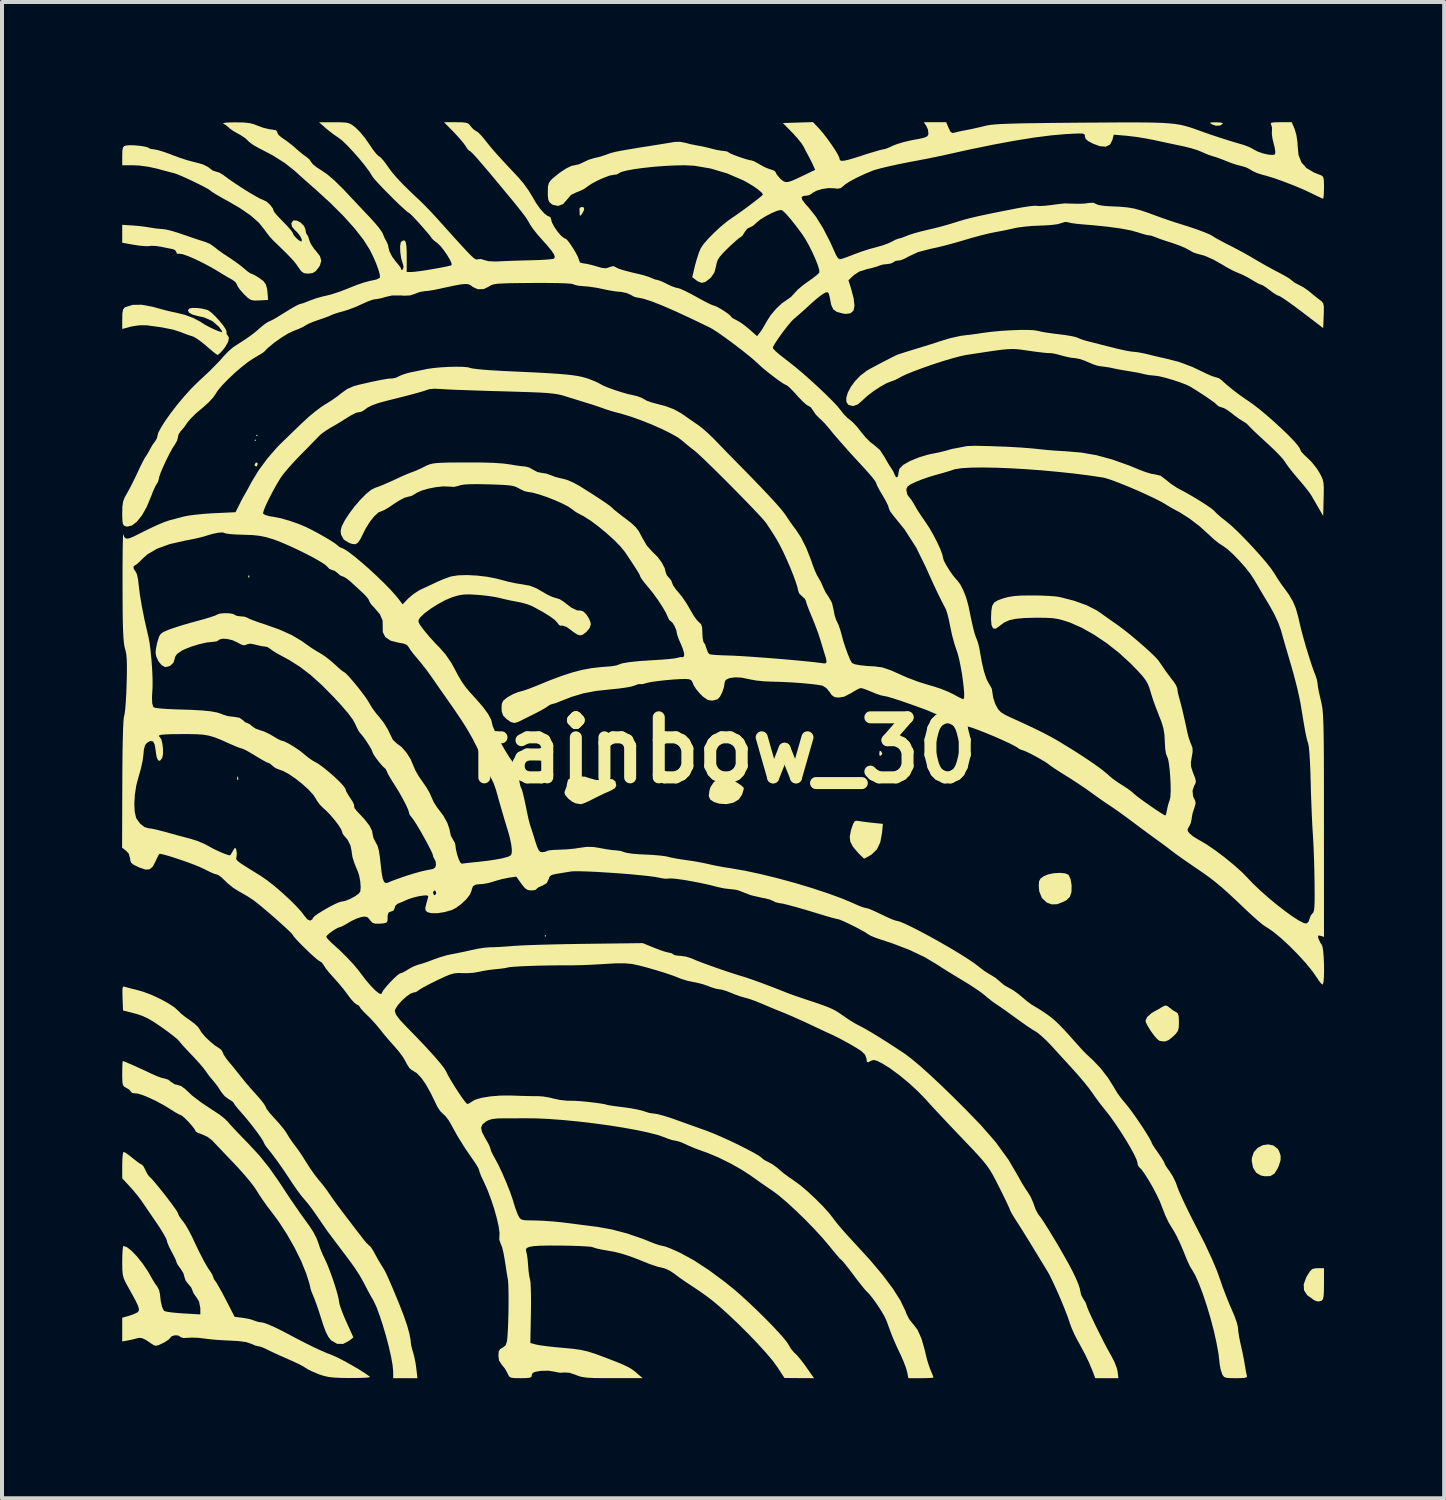
<source format=kicad_pcb>
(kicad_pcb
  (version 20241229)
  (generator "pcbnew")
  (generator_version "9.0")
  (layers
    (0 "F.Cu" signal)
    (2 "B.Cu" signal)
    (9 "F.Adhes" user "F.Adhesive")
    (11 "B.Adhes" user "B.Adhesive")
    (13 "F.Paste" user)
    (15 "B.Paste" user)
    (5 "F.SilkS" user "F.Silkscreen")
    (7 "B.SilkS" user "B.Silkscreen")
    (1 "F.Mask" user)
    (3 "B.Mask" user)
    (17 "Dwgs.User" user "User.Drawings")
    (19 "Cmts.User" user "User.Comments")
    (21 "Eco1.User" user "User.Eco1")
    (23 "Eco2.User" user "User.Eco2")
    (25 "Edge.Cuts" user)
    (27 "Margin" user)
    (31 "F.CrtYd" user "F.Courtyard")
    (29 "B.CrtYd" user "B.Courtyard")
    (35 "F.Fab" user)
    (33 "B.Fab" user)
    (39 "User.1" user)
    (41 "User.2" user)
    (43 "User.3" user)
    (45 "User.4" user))
  (footprint "rainbow_30"
    (layer "F.Cu")
    (at 15.012 15.689)
    (property "Reference" "rainbow_30" (at 0 0 0) (layer "F.SilkS") (effects (font (size 1.5 1.5) (thickness 0.3))))
    (attr board_only exclude_from_pos_files exclude_from_bom)
    (fp_poly (pts (xy -11.665 -7.743) (xy -11.685 -7.724) (xy -11.705 -7.743) (xy -11.685 -7.763)) (stroke (width 0) (type solid)) (fill yes) (layer "F.SilkS"))
    (fp_poly (pts (xy -11.625 -7.863) (xy -11.645 -7.843) (xy -11.665 -7.863) (xy -11.645 -7.883)) (stroke (width 0) (type solid)) (fill yes) (layer "F.SilkS"))
    (fp_poly (pts (xy -4.419 4.638) (xy -4.439 4.658) (xy -4.459 4.638) (xy -4.439 4.618)) (stroke (width 0) (type solid)) (fill yes) (layer "F.SilkS"))
    (fp_poly (pts (xy -12.115 0.669) (xy -12.111 0.732) (xy -12.119 0.746) (xy -12.137 0.734) (xy -12.139 0.693) (xy -12.13 0.651)) (stroke (width 0) (type solid)) (fill yes) (layer "F.SilkS"))
    (fp_poly (pts (xy -11.837 -4.366) (xy -11.833 -4.319) (xy -11.837 -4.313) (xy -11.861 -4.318) (xy -11.864 -4.339) (xy -11.849 -4.372)) (stroke (width 0) (type solid)) (fill yes) (layer "F.SilkS"))
    (fp_poly (pts (xy -11.631 -7.177) (xy -11.625 -7.149) (xy -11.646 -7.094) (xy -11.665 -7.087) (xy -11.704 -7.115) (xy -11.705 -7.124) (xy -11.676 -7.178) (xy -11.665 -7.186)) (stroke (width 0) (type solid)) (fill yes) (layer "F.SilkS"))
    (fp_poly (pts (xy 3.94 0.023) (xy 3.949 0.032) (xy 3.977 0.086) (xy 3.949 0.127) (xy 3.914 0.147) (xy 3.902 0.099) (xy 3.902 0.08) (xy 3.91 0.016)) (stroke (width 0) (type solid)) (fill yes) (layer "F.SilkS"))
    (fp_poly (pts (xy 12.42 -15.679) (xy 12.479 -15.663) (xy 12.484 -15.651) (xy 12.413 -15.603) (xy 12.307 -15.599) (xy 12.218 -15.63) (xy 12.167 -15.662) (xy 12.169 -15.678) (xy 12.235 -15.683) (xy 12.314 -15.684)) (stroke (width 0) (type solid)) (fill yes) (layer "F.SilkS"))
    (fp_poly (pts (xy -3.476 -13.556) (xy -3.472 -13.497) (xy -3.519 -13.406) (xy -3.525 -13.399) (xy -3.568 -13.347) (xy -3.582 -13.361) (xy -3.583 -13.409) (xy -3.586 -13.492) (xy -3.59 -13.526) (xy -3.564 -13.558) (xy -3.53 -13.569)) (stroke (width 0) (type solid)) (fill yes) (layer "F.SilkS"))
    (fp_poly (pts (xy 13.747 9.874) (xy 13.853 9.957) (xy 13.889 10.017) (xy 13.926 10.129) (xy 13.925 10.239) (xy 13.883 10.375) (xy 13.855 10.441) (xy 13.774 10.573) (xy 13.669 10.638) (xy 13.525 10.642) (xy 13.432 10.623) (xy 13.317 10.555) (xy 13.238 10.431) (xy 13.205 10.27) (xy 13.208 10.181) (xy 13.257 10.039) (xy 13.354 9.932) (xy 13.48 9.866) (xy 13.617 9.846)) (stroke (width 0) (type solid)) (fill yes) (layer "F.SilkS"))
    (fp_poly (pts (xy 15.009 13.333) (xy 15.007 13.52) (xy 14.999 13.641) (xy 14.983 13.712) (xy 14.957 13.745) (xy 14.946 13.751) (xy 14.871 13.772) (xy 14.806 13.757) (xy 14.75 13.728) (xy 14.592 13.615) (xy 14.51 13.489) (xy 14.502 13.342) (xy 14.566 13.166) (xy 14.595 13.115) (xy 14.663 13.01) (xy 14.722 12.957) (xy 14.8 12.94) (xy 14.854 12.939) (xy 15.009 12.939)) (stroke (width 0) (type solid)) (fill yes) (layer "F.SilkS"))
    (fp_poly (pts (xy 0.124 0.697) (xy 0.232 0.745) (xy 0.347 0.809) (xy 0.447 0.875) (xy 0.508 0.93) (xy 0.518 0.95) (xy 0.505 1.008) (xy 0.476 1.102) (xy 0.473 1.11) (xy 0.393 1.229) (xy 0.259 1.31) (xy 0.09 1.347) (xy -0.094 1.336) (xy -0.229 1.294) (xy -0.321 1.233) (xy -0.358 1.144) (xy -0.343 1.013) (xy -0.314 0.92) (xy -0.233 0.797) (xy -0.102 0.71) (xy 0.048 0.678)) (stroke (width 0) (type solid)) (fill yes) (layer "F.SilkS"))
    (fp_poly (pts (xy 8.543 3.076) (xy 8.623 3.109) (xy 8.63 3.115) (xy 8.68 3.223) (xy 8.705 3.373) (xy 8.702 3.53) (xy 8.697 3.558) (xy 8.661 3.663) (xy 8.585 3.739) (xy 8.514 3.78) (xy 8.347 3.847) (xy 8.205 3.851) (xy 8.086 3.806) (xy 7.964 3.694) (xy 7.897 3.527) (xy 7.884 3.393) (xy 7.891 3.278) (xy 7.927 3.208) (xy 8.01 3.146) (xy 8.012 3.145) (xy 8.124 3.1) (xy 8.267 3.072) (xy 8.415 3.064)) (stroke (width 0) (type solid)) (fill yes) (layer "F.SilkS"))
    (fp_poly (pts (xy 3.378 1.767) (xy 3.474 1.782) (xy 3.615 1.8) (xy 3.737 1.814) (xy 3.991 1.84) (xy 3.97 2.065) (xy 3.925 2.303) (xy 3.839 2.48) (xy 3.707 2.607) (xy 3.679 2.624) (xy 3.588 2.676) (xy 3.531 2.705) (xy 3.524 2.707) (xy 3.49 2.681) (xy 3.421 2.613) (xy 3.367 2.558) (xy 3.243 2.411) (xy 3.177 2.285) (xy 3.163 2.157) (xy 3.194 2.001) (xy 3.204 1.968) (xy 3.246 1.844) (xy 3.282 1.781) (xy 3.325 1.762)) (stroke (width 0) (type solid)) (fill yes) (layer "F.SilkS"))
    (fp_poly (pts (xy 11.105 6.394) (xy 11.156 6.435) (xy 11.245 6.503) (xy 11.317 6.542) (xy 11.358 6.574) (xy 11.38 6.645) (xy 11.386 6.775) (xy 11.386 6.791) (xy 11.382 6.926) (xy 11.359 7.014) (xy 11.304 7.088) (xy 11.239 7.151) (xy 11.131 7.239) (xy 11.041 7.275) (xy 10.94 7.268) (xy 10.898 7.258) (xy 10.843 7.216) (xy 10.766 7.127) (xy 10.683 7.013) (xy 10.61 6.896) (xy 10.562 6.8) (xy 10.551 6.757) (xy 10.591 6.665) (xy 10.697 6.57) (xy 10.77 6.526) (xy 10.883 6.464) (xy 10.976 6.408) (xy 11.047 6.376)) (stroke (width 0) (type solid)) (fill yes) (layer "F.SilkS"))
    (fp_poly (pts (xy -3.446 0.662) (xy -3.343 0.697) (xy -3.163 0.746) (xy -3.058 0.739) (xy -2.876 0.713) (xy -2.756 0.727) (xy -2.689 0.782) (xy -2.668 0.884) (xy -2.668 0.886) (xy -2.706 0.952) (xy -2.819 1.016) (xy -2.837 1.023) (xy -2.963 1.078) (xy -3.121 1.154) (xy -3.255 1.222) (xy -3.386 1.287) (xy -3.492 1.332) (xy -3.553 1.348) (xy -3.554 1.348) (xy -3.632 1.336) (xy -3.687 1.326) (xy -3.769 1.287) (xy -3.863 1.213) (xy -3.88 1.196) (xy -3.948 1.113) (xy -3.963 1.051) (xy -3.945 1.002) (xy -3.909 0.905) (xy -3.901 0.849) (xy -3.876 0.743) (xy -3.796 0.678) (xy -3.663 0.648)) (stroke (width 0) (type solid)) (fill yes) (layer "F.SilkS"))
    (fp_poly (pts (xy -14.76 -13.108) (xy -14.587 -13.094) (xy -14.412 -13.071) (xy -14.32 -13.056) (xy -14.176 -13.033) (xy -14.04 -13.02) (xy -14.001 -13.018) (xy -13.91 -13.005) (xy -13.768 -12.969) (xy -13.595 -12.917) (xy -13.476 -12.876) (xy -13.295 -12.813) (xy -13.128 -12.757) (xy -12.998 -12.715) (xy -12.944 -12.7) (xy -12.819 -12.648) (xy -12.706 -12.569) (xy -12.617 -12.497) (xy -12.489 -12.405) (xy -12.362 -12.322) (xy -12.213 -12.222) (xy -12.067 -12.115) (xy -11.973 -12.038) (xy -11.881 -11.961) (xy -11.81 -11.912) (xy -11.788 -11.904) (xy -11.736 -11.883) (xy -11.644 -11.832) (xy -11.588 -11.796) (xy -11.483 -11.718) (xy -11.422 -11.636) (xy -11.39 -11.523) (xy -11.376 -11.386) (xy -11.366 -11.247) (xy -11.585 -11.235) (xy -11.71 -11.232) (xy -11.795 -11.248) (xy -11.869 -11.295) (xy -11.964 -11.387) (xy -11.973 -11.396) (xy -12.064 -11.498) (xy -12.125 -11.585) (xy -12.143 -11.629) (xy -12.175 -11.686) (xy -12.254 -11.748) (xy -12.272 -11.758) (xy -12.377 -11.817) (xy -12.515 -11.899) (xy -12.62 -11.963) (xy -12.804 -12.071) (xy -12.997 -12.174) (xy -13.186 -12.265) (xy -13.355 -12.338) (xy -13.488 -12.386) (xy -13.572 -12.401) (xy -13.583 -12.399) (xy -13.643 -12.401) (xy -13.655 -12.438) (xy -13.689 -12.492) (xy -13.745 -12.516) (xy -13.836 -12.534) (xy -13.967 -12.56) (xy -14.038 -12.575) (xy -14.172 -12.595) (xy -14.287 -12.599) (xy -14.328 -12.593) (xy -14.409 -12.589) (xy -14.54 -12.599) (xy -14.696 -12.62) (xy -14.712 -12.623) (xy -15.009 -12.676) (xy -15.009 -12.9) (xy -15.009 -13.123)) (stroke (width 0) (type solid)) (fill yes) (layer "F.SilkS"))
    (fp_poly (pts (xy -14.247 -11.076) (xy -14.173 -11.055) (xy -13.997 -11.007) (xy -13.83 -10.964) (xy -13.7 -10.936) (xy -13.675 -10.931) (xy -13.451 -10.877) (xy -13.235 -10.797) (xy -13.06 -10.704) (xy -13.038 -10.689) (xy -12.945 -10.63) (xy -12.826 -10.566) (xy -12.702 -10.507) (xy -12.595 -10.463) (xy -12.526 -10.443) (xy -12.513 -10.445) (xy -12.526 -10.482) (xy -12.578 -10.555) (xy -12.604 -10.586) (xy -12.757 -10.719) (xy -12.96 -10.809) (xy -13.13 -10.847) (xy -13.259 -10.883) (xy -13.342 -10.933) (xy -13.367 -10.988) (xy -13.334 -11.031) (xy -13.261 -11.047) (xy -13.142 -11.046) (xy -13.009 -11.029) (xy -12.895 -11.001) (xy -12.858 -10.986) (xy -12.782 -10.931) (xy -12.685 -10.839) (xy -12.584 -10.729) (xy -12.494 -10.619) (xy -12.429 -10.524) (xy -12.403 -10.464) (xy -12.404 -10.457) (xy -12.402 -10.392) (xy -12.384 -10.373) (xy -12.344 -10.306) (xy -12.363 -10.2) (xy -12.439 -10.068) (xy -12.468 -10.03) (xy -12.546 -9.94) (xy -12.606 -9.884) (xy -12.626 -9.873) (xy -12.668 -9.898) (xy -12.753 -9.964) (xy -12.865 -10.059) (xy -12.903 -10.093) (xy -13.032 -10.199) (xy -13.151 -10.285) (xy -13.239 -10.334) (xy -13.253 -10.338) (xy -13.353 -10.369) (xy -13.484 -10.418) (xy -13.536 -10.44) (xy -13.736 -10.505) (xy -14.014 -10.561) (xy -14.365 -10.609) (xy -14.412 -10.614) (xy -14.56 -10.615) (xy -14.729 -10.593) (xy -14.8 -10.578) (xy -15.009 -10.522) (xy -15.009 -10.774) (xy -15.005 -10.918) (xy -14.989 -11.004) (xy -14.955 -11.051) (xy -14.931 -11.067) (xy -14.751 -11.124) (xy -14.525 -11.127)) (stroke (width 0) (type solid)) (fill yes) (layer "F.SilkS"))
    (fp_poly (pts (xy -14.706 -15.109) (xy -14.57 -15.097) (xy -14.448 -15.078) (xy -14.366 -15.056) (xy -14.349 -15.043) (xy -14.297 -15.018) (xy -14.219 -15.009) (xy -14.134 -14.994) (xy -14 -14.955) (xy -13.84 -14.899) (xy -13.774 -14.873) (xy -13.584 -14.802) (xy -13.384 -14.737) (xy -13.211 -14.691) (xy -13.18 -14.684) (xy -12.994 -14.632) (xy -12.862 -14.566) (xy -12.833 -14.542) (xy -12.747 -14.478) (xy -12.667 -14.452) (xy -12.584 -14.428) (xy -12.488 -14.371) (xy -12.484 -14.367) (xy -12.352 -14.269) (xy -12.19 -14.158) (xy -12.015 -14.043) (xy -11.842 -13.934) (xy -11.686 -13.843) (xy -11.565 -13.777) (xy -11.495 -13.748) (xy -11.405 -13.704) (xy -11.314 -13.622) (xy -11.246 -13.53) (xy -11.227 -13.469) (xy -11.2 -13.427) (xy -11.13 -13.345) (xy -11.028 -13.238) (xy -10.988 -13.198) (xy -10.879 -13.085) (xy -10.796 -12.989) (xy -10.752 -12.928) (xy -10.749 -12.917) (xy -10.724 -12.864) (xy -10.666 -12.796) (xy -10.597 -12.736) (xy -10.542 -12.707) (xy -10.527 -12.71) (xy -10.525 -12.761) (xy -10.566 -12.844) (xy -10.636 -12.934) (xy -10.696 -12.991) (xy -10.768 -13.076) (xy -10.785 -13.162) (xy -10.744 -13.224) (xy -10.726 -13.233) (xy -10.642 -13.228) (xy -10.547 -13.175) (xy -10.468 -13.094) (xy -10.431 -13.006) (xy -10.431 -12.998) (xy -10.418 -12.916) (xy -10.396 -12.882) (xy -10.364 -12.831) (xy -10.338 -12.742) (xy -10.296 -12.643) (xy -10.218 -12.526) (xy -10.173 -12.474) (xy -10.071 -12.342) (xy -10.037 -12.227) (xy -10.07 -12.111) (xy -10.1 -12.062) (xy -10.179 -11.963) (xy -10.258 -11.917) (xy -10.371 -11.904) (xy -10.38 -11.904) (xy -10.47 -11.916) (xy -10.538 -11.964) (xy -10.611 -12.065) (xy -10.663 -12.141) (xy -10.729 -12.223) (xy -10.819 -12.321) (xy -10.942 -12.446) (xy -11.108 -12.608) (xy -11.239 -12.733) (xy -11.332 -12.836) (xy -11.429 -12.962) (xy -11.453 -12.999) (xy -11.598 -13.178) (xy -11.804 -13.359) (xy -12.077 -13.546) (xy -12.36 -13.71) (xy -12.524 -13.801) (xy -12.662 -13.881) (xy -12.758 -13.941) (xy -12.798 -13.971) (xy -12.843 -14.005) (xy -12.944 -14.062) (xy -13.083 -14.133) (xy -13.242 -14.211) (xy -13.404 -14.287) (xy -13.551 -14.352) (xy -13.666 -14.398) (xy -13.715 -14.413) (xy -13.811 -14.438) (xy -13.956 -14.476) (xy -14.119 -14.52) (xy -14.142 -14.527) (xy -14.364 -14.575) (xy -14.595 -14.605) (xy -14.73 -14.611) (xy -15.009 -14.611) (xy -15.009 -14.845) (xy -15.006 -14.979) (xy -14.991 -15.053) (xy -14.958 -15.089) (xy -14.921 -15.102) (xy -14.832 -15.112)) (stroke (width 0) (type solid)) (fill yes) (layer "F.SilkS"))
    (fp_poly (pts (xy -14.949 7.779) (xy -14.849 7.821) (xy -14.711 7.881) (xy -14.554 7.952) (xy -14.394 8.026) (xy -14.27 8.085) (xy -14.134 8.145) (xy -14.017 8.187) (xy -13.948 8.201) (xy -13.861 8.229) (xy -13.795 8.281) (xy -13.705 8.342) (xy -13.627 8.361) (xy -13.535 8.39) (xy -13.435 8.465) (xy -13.424 8.476) (xy -13.26 8.629) (xy -13.033 8.802) (xy -12.756 8.986) (xy -12.707 9.017) (xy -12.568 9.11) (xy -12.447 9.206) (xy -12.369 9.284) (xy -12.368 9.285) (xy -12.31 9.353) (xy -12.208 9.464) (xy -12.075 9.604) (xy -11.923 9.761) (xy -11.86 9.825) (xy -11.586 10.121) (xy -11.341 10.425) (xy -11.099 10.77) (xy -11.084 10.793) (xy -10.925 11.034) (xy -10.797 11.227) (xy -10.685 11.39) (xy -10.578 11.544) (xy -10.462 11.707) (xy -10.325 11.896) (xy -10.232 12.041) (xy -10.154 12.193) (xy -10.113 12.302) (xy -10.067 12.441) (xy -9.999 12.604) (xy -9.953 12.7) (xy -9.888 12.842) (xy -9.817 13.022) (xy -9.746 13.219) (xy -9.682 13.415) (xy -9.631 13.59) (xy -9.6 13.723) (xy -9.594 13.777) (xy -9.578 13.852) (xy -9.534 13.98) (xy -9.471 14.141) (xy -9.414 14.271) (xy -9.235 14.667) (xy -9.343 14.752) (xy -9.491 14.83) (xy -9.64 14.828) (xy -9.781 14.748) (xy -9.793 14.738) (xy -9.859 14.656) (xy -9.923 14.532) (xy -9.99 14.351) (xy -10.034 14.213) (xy -10.095 14.022) (xy -10.156 13.842) (xy -10.209 13.698) (xy -10.236 13.633) (xy -10.282 13.523) (xy -10.309 13.439) (xy -10.311 13.421) (xy -10.324 13.361) (xy -10.356 13.249) (xy -10.403 13.104) (xy -10.416 13.065) (xy -10.539 12.76) (xy -10.704 12.426) (xy -10.897 12.087) (xy -11.103 11.77) (xy -11.249 11.574) (xy -11.377 11.405) (xy -11.501 11.233) (xy -11.602 11.082) (xy -11.647 11.006) (xy -11.718 10.901) (xy -11.831 10.755) (xy -11.975 10.585) (xy -12.135 10.407) (xy -12.216 10.321) (xy -12.376 10.154) (xy -12.524 9.999) (xy -12.648 9.868) (xy -12.736 9.775) (xy -12.766 9.744) (xy -12.876 9.66) (xy -13.008 9.598) (xy -13.023 9.593) (xy -13.12 9.558) (xy -13.174 9.522) (xy -13.178 9.513) (xy -13.204 9.463) (xy -13.269 9.379) (xy -13.354 9.283) (xy -13.442 9.194) (xy -13.512 9.133) (xy -13.543 9.117) (xy -13.593 9.096) (xy -13.687 9.043) (xy -13.807 8.967) (xy -13.976 8.864) (xy -14.159 8.765) (xy -14.34 8.679) (xy -14.5 8.614) (xy -14.624 8.576) (xy -14.69 8.571) (xy -14.762 8.563) (xy -14.786 8.535) (xy -14.836 8.478) (xy -14.908 8.433) (xy -14.959 8.405) (xy -14.989 8.365) (xy -15.004 8.294) (xy -15.009 8.172) (xy -15.009 8.075) (xy -15.007 7.929) (xy -15.003 7.82) (xy -14.996 7.766) (xy -14.994 7.763)) (stroke (width 0) (type solid)) (fill yes) (layer "F.SilkS"))
    (fp_poly (pts (xy -14.941 5.91) (xy -14.86 5.934) (xy -14.738 5.965) (xy -14.685 5.977) (xy -14.486 6.033) (xy -14.269 6.115) (xy -14.053 6.216) (xy -13.855 6.324) (xy -13.696 6.43) (xy -13.592 6.526) (xy -13.587 6.533) (xy -13.529 6.589) (xy -13.427 6.669) (xy -13.32 6.744) (xy -13.204 6.831) (xy -13.115 6.914) (xy -13.078 6.969) (xy -13.029 7.05) (xy -12.937 7.158) (xy -12.82 7.271) (xy -12.701 7.37) (xy -12.61 7.429) (xy -12.533 7.486) (xy -12.501 7.543) (xy -12.501 7.543) (xy -12.477 7.602) (xy -12.414 7.697) (xy -12.352 7.776) (xy -12.24 7.91) (xy -12.116 8.065) (xy -12.044 8.156) (xy -11.937 8.288) (xy -11.803 8.445) (xy -11.668 8.596) (xy -11.656 8.609) (xy -11.551 8.728) (xy -11.471 8.831) (xy -11.429 8.899) (xy -11.426 8.911) (xy -11.4 8.963) (xy -11.331 9.054) (xy -11.231 9.168) (xy -11.192 9.21) (xy -11.075 9.34) (xy -10.973 9.465) (xy -10.905 9.561) (xy -10.896 9.578) (xy -10.833 9.683) (xy -10.745 9.809) (xy -10.702 9.865) (xy -10.613 9.985) (xy -10.508 10.14) (xy -10.411 10.295) (xy -10.31 10.452) (xy -10.201 10.607) (xy -10.108 10.725) (xy -10 10.855) (xy -9.894 10.995) (xy -9.858 11.048) (xy -9.795 11.14) (xy -9.722 11.244) (xy -9.632 11.367) (xy -9.519 11.518) (xy -9.376 11.706) (xy -9.198 11.939) (xy -8.985 12.216) (xy -8.91 12.306) (xy -8.85 12.365) (xy -8.835 12.375) (xy -8.795 12.416) (xy -8.739 12.504) (xy -8.712 12.554) (xy -8.633 12.699) (xy -8.544 12.849) (xy -8.525 12.879) (xy -8.486 12.942) (xy -8.449 13.006) (xy -8.41 13.083) (xy -8.364 13.185) (xy -8.304 13.322) (xy -8.226 13.506) (xy -8.125 13.749) (xy -8.088 13.839) (xy -7.979 14.118) (xy -7.892 14.371) (xy -7.833 14.585) (xy -7.804 14.746) (xy -7.803 14.782) (xy -7.789 14.876) (xy -7.757 14.998) (xy -7.747 15.029) (xy -7.712 15.159) (xy -7.68 15.324) (xy -7.664 15.437) (xy -7.636 15.686) (xy -7.939 15.686) (xy -8.241 15.686) (xy -8.241 15.522) (xy -8.255 15.366) (xy -8.292 15.155) (xy -8.348 14.907) (xy -8.418 14.64) (xy -8.496 14.374) (xy -8.577 14.126) (xy -8.655 13.915) (xy -8.727 13.76) (xy -8.743 13.733) (xy -8.803 13.628) (xy -8.883 13.481) (xy -8.966 13.321) (xy -8.977 13.298) (xy -9.078 13.119) (xy -9.206 12.921) (xy -9.335 12.743) (xy -9.35 12.724) (xy -9.892 12.003) (xy -10.138 11.645) (xy -10.243 11.493) (xy -10.352 11.348) (xy -10.442 11.239) (xy -10.453 11.227) (xy -10.539 11.124) (xy -10.645 10.983) (xy -10.751 10.829) (xy -10.764 10.809) (xy -10.953 10.524) (xy -11.13 10.27) (xy -11.284 10.063) (xy -11.356 9.974) (xy -11.424 9.887) (xy -11.462 9.825) (xy -11.466 9.813) (xy -11.49 9.761) (xy -11.553 9.663) (xy -11.645 9.534) (xy -11.755 9.389) (xy -11.871 9.243) (xy -11.982 9.111) (xy -12.022 9.066) (xy -12.119 8.956) (xy -12.19 8.867) (xy -12.223 8.816) (xy -12.223 8.813) (xy -12.256 8.774) (xy -12.335 8.724) (xy -12.349 8.717) (xy -12.453 8.639) (xy -12.54 8.531) (xy -12.545 8.522) (xy -12.623 8.4) (xy -12.719 8.278) (xy -12.731 8.264) (xy -12.826 8.152) (xy -12.909 8.037) (xy -12.919 8.022) (xy -12.979 7.942) (xy -13.078 7.824) (xy -13.201 7.689) (xy -13.273 7.614) (xy -13.395 7.485) (xy -13.498 7.373) (xy -13.566 7.293) (xy -13.586 7.266) (xy -13.63 7.221) (xy -13.726 7.142) (xy -13.858 7.04) (xy -14.011 6.929) (xy -14.209 6.794) (xy -14.369 6.699) (xy -14.514 6.633) (xy -14.666 6.584) (xy -14.696 6.576) (xy -14.989 6.5) (xy -15.001 6.191) (xy -15.005 6.036) (xy -15.002 5.947) (xy -14.987 5.908) (xy -14.958 5.904)) (stroke (width 0) (type solid)) (fill yes) (layer "F.SilkS"))
    (fp_poly (pts (xy 7.759 -10.491) (xy 7.85 -10.477) (xy 7.947 -10.454) (xy 8.099 -10.428) (xy 8.279 -10.403) (xy 8.374 -10.392) (xy 8.552 -10.369) (xy 8.707 -10.343) (xy 8.817 -10.317) (xy 8.851 -10.304) (xy 8.954 -10.261) (xy 9.056 -10.229) (xy 9.142 -10.207) (xy 9.284 -10.171) (xy 9.463 -10.125) (xy 9.654 -10.076) (xy 9.849 -10.028) (xy 10.028 -9.988) (xy 10.168 -9.961) (xy 10.251 -9.952) (xy 10.355 -9.941) (xy 10.5 -9.914) (xy 10.61 -9.889) (xy 10.77 -9.849) (xy 10.927 -9.812) (xy 11.008 -9.795) (xy 11.378 -9.702) (xy 11.714 -9.577) (xy 11.923 -9.478) (xy 12.073 -9.405) (xy 12.202 -9.349) (xy 12.29 -9.319) (xy 12.309 -9.316) (xy 12.39 -9.289) (xy 12.45 -9.244) (xy 12.566 -9.139) (xy 12.722 -9.01) (xy 12.891 -8.881) (xy 13.046 -8.771) (xy 13.093 -8.741) (xy 13.23 -8.646) (xy 13.393 -8.52) (xy 13.572 -8.371) (xy 13.757 -8.209) (xy 13.937 -8.043) (xy 14.103 -7.885) (xy 14.242 -7.742) (xy 14.346 -7.624) (xy 14.404 -7.542) (xy 14.412 -7.517) (xy 14.441 -7.459) (xy 14.515 -7.375) (xy 14.587 -7.311) (xy 14.706 -7.193) (xy 14.825 -7.043) (xy 14.887 -6.946) (xy 14.942 -6.845) (xy 14.977 -6.762) (xy 14.997 -6.675) (xy 15.004 -6.562) (xy 15.003 -6.403) (xy 15 -6.289) (xy 14.989 -5.852) (xy 14.87 -6.058) (xy 14.793 -6.191) (xy 14.723 -6.312) (xy 14.689 -6.37) (xy 14.637 -6.445) (xy 14.547 -6.561) (xy 14.433 -6.699) (xy 14.362 -6.781) (xy 14.241 -6.924) (xy 14.136 -7.058) (xy 14.06 -7.163) (xy 14.035 -7.203) (xy 13.984 -7.272) (xy 13.886 -7.38) (xy 13.754 -7.513) (xy 13.601 -7.657) (xy 13.567 -7.688) (xy 13.415 -7.827) (xy 13.284 -7.949) (xy 13.186 -8.045) (xy 13.131 -8.102) (xy 13.126 -8.109) (xy 13.069 -8.164) (xy 12.983 -8.219) (xy 12.888 -8.278) (xy 12.768 -8.365) (xy 12.703 -8.418) (xy 12.596 -8.497) (xy 12.503 -8.548) (xy 12.462 -8.56) (xy 12.379 -8.588) (xy 12.337 -8.624) (xy 12.276 -8.679) (xy 12.16 -8.763) (xy 12.003 -8.87) (xy 11.819 -8.988) (xy 11.665 -9.083) (xy 11.559 -9.134) (xy 11.403 -9.193) (xy 11.223 -9.252) (xy 11.043 -9.304) (xy 10.887 -9.341) (xy 10.78 -9.356) (xy 10.777 -9.356) (xy 10.646 -9.368) (xy 10.51 -9.395) (xy 10.395 -9.422) (xy 10.239 -9.451) (xy 10.112 -9.472) (xy 9.961 -9.497) (xy 9.828 -9.521) (xy 9.754 -9.538) (xy 9.647 -9.56) (xy 9.515 -9.58) (xy 9.495 -9.582) (xy 9.406 -9.593) (xy 9.33 -9.61) (xy 9.244 -9.639) (xy 9.124 -9.69) (xy 9.031 -9.73) (xy 8.907 -9.772) (xy 8.792 -9.793) (xy 8.779 -9.794) (xy 8.681 -9.805) (xy 8.544 -9.835) (xy 8.446 -9.861) (xy 8.316 -9.896) (xy 8.212 -9.916) (xy 8.168 -9.918) (xy 8.11 -9.92) (xy 7.991 -9.931) (xy 7.828 -9.951) (xy 7.654 -9.975) (xy 7.517 -9.995) (xy 7.404 -10.01) (xy 7.304 -10.019) (xy 7.204 -10.021) (xy 7.093 -10.016) (xy 6.959 -10.003) (xy 6.789 -9.981) (xy 6.573 -9.949) (xy 6.298 -9.907) (xy 6.068 -9.872) (xy 5.917 -9.84) (xy 5.717 -9.786) (xy 5.485 -9.717) (xy 5.239 -9.637) (xy 4.996 -9.552) (xy 4.772 -9.469) (xy 4.583 -9.393) (xy 4.448 -9.329) (xy 4.41 -9.307) (xy 4.293 -9.246) (xy 4.196 -9.212) (xy 4.077 -9.164) (xy 3.924 -9.078) (xy 3.758 -8.969) (xy 3.604 -8.852) (xy 3.486 -8.744) (xy 3.48 -8.737) (xy 3.366 -8.638) (xy 3.257 -8.6) (xy 3.232 -8.599) (xy 3.13 -8.626) (xy 3.08 -8.697) (xy 3.077 -8.803) (xy 3.115 -8.933) (xy 3.191 -9.076) (xy 3.298 -9.222) (xy 3.432 -9.36) (xy 3.589 -9.479) (xy 3.66 -9.521) (xy 3.841 -9.618) (xy 4.02 -9.712) (xy 4.178 -9.793) (xy 4.295 -9.852) (xy 4.339 -9.873) (xy 4.401 -9.895) (xy 4.52 -9.934) (xy 4.678 -9.983) (xy 4.817 -10.026) (xy 5.01 -10.085) (xy 5.195 -10.142) (xy 5.346 -10.191) (xy 5.414 -10.214) (xy 5.672 -10.292) (xy 5.932 -10.349) (xy 6.091 -10.37) (xy 6.206 -10.383) (xy 6.362 -10.404) (xy 6.489 -10.424) (xy 6.697 -10.451) (xy 6.929 -10.473) (xy 7.169 -10.488) (xy 7.399 -10.497) (xy 7.602 -10.498)) (stroke (width 0) (type solid)) (fill yes) (layer "F.SilkS"))
    (fp_poly (pts (xy -14.926 10.056) (xy -14.839 10.118) (xy -14.745 10.192) (xy -14.64 10.275) (xy -14.558 10.333) (xy -14.52 10.351) (xy -14.485 10.384) (xy -14.44 10.466) (xy -14.43 10.488) (xy -14.382 10.585) (xy -14.337 10.646) (xy -14.332 10.65) (xy -14.283 10.696) (xy -14.201 10.789) (xy -14.097 10.915) (xy -13.981 11.059) (xy -13.865 11.209) (xy -13.76 11.349) (xy -13.676 11.466) (xy -13.626 11.544) (xy -13.616 11.568) (xy -13.591 11.63) (xy -13.53 11.72) (xy -13.502 11.753) (xy -13.432 11.851) (xy -13.347 11.996) (xy -13.262 12.16) (xy -13.243 12.202) (xy -13.098 12.508) (xy -12.972 12.754) (xy -12.867 12.935) (xy -12.813 13.014) (xy -12.76 13.097) (xy -12.74 13.155) (xy -12.714 13.221) (xy -12.69 13.251) (xy -12.653 13.304) (xy -12.59 13.412) (xy -12.508 13.56) (xy -12.421 13.726) (xy -12.202 14.153) (xy -12 14.178) (xy -11.865 14.201) (xy -11.751 14.232) (xy -11.714 14.247) (xy -11.608 14.283) (xy -11.522 14.292) (xy -11.446 14.311) (xy -11.318 14.361) (xy -11.155 14.435) (xy -10.974 14.526) (xy -10.952 14.538) (xy -10.651 14.697) (xy -10.406 14.823) (xy -10.203 14.923) (xy -10.029 15.003) (xy -9.87 15.07) (xy -9.769 15.109) (xy -9.642 15.165) (xy -9.475 15.251) (xy -9.29 15.353) (xy -9.108 15.459) (xy -8.95 15.559) (xy -8.838 15.638) (xy -8.82 15.653) (xy -8.843 15.665) (xy -8.933 15.674) (xy -9.076 15.68) (xy -9.258 15.682) (xy -9.318 15.682) (xy -9.55 15.679) (xy -9.723 15.67) (xy -9.856 15.655) (xy -9.971 15.629) (xy -10.088 15.591) (xy -10.109 15.583) (xy -10.249 15.525) (xy -10.365 15.469) (xy -10.429 15.429) (xy -10.492 15.389) (xy -10.609 15.328) (xy -10.762 15.257) (xy -10.87 15.209) (xy -11.048 15.131) (xy -11.214 15.055) (xy -11.345 14.993) (xy -11.394 14.968) (xy -11.502 14.918) (xy -11.589 14.891) (xy -11.605 14.89) (xy -11.682 14.872) (xy -11.785 14.829) (xy -11.796 14.824) (xy -11.916 14.784) (xy -12.099 14.759) (xy -12.322 14.747) (xy -12.525 14.737) (xy -12.731 14.722) (xy -12.903 14.703) (xy -12.959 14.695) (xy -13.121 14.677) (xy -13.281 14.672) (xy -13.361 14.677) (xy -13.483 14.683) (xy -13.55 14.66) (xy -13.553 14.655) (xy -13.614 14.618) (xy -13.703 14.615) (xy -13.779 14.642) (xy -13.8 14.669) (xy -13.847 14.719) (xy -13.94 14.782) (xy -13.998 14.812) (xy -14.106 14.862) (xy -14.172 14.877) (xy -14.227 14.858) (xy -14.279 14.824) (xy -14.412 14.734) (xy -14.505 14.688) (xy -14.58 14.678) (xy -14.646 14.691) (xy -14.764 14.722) (xy -14.88 14.746) (xy -15.009 14.768) (xy -15.009 14.472) (xy -15.009 14.176) (xy -14.84 14.128) (xy -14.723 14.088) (xy -14.636 14.046) (xy -14.619 14.034) (xy -14.595 14) (xy -14.593 13.95) (xy -14.616 13.874) (xy -14.67 13.759) (xy -14.758 13.596) (xy -14.838 13.453) (xy -14.917 13.31) (xy -14.967 13.202) (xy -14.995 13.103) (xy -15.006 12.986) (xy -15.009 12.824) (xy -15.009 12.766) (xy -15.006 12.602) (xy -14.998 12.473) (xy -14.987 12.396) (xy -14.979 12.382) (xy -14.889 12.415) (xy -14.774 12.506) (xy -14.642 12.644) (xy -14.505 12.815) (xy -14.373 13.008) (xy -14.257 13.211) (xy -14.254 13.218) (xy -14.19 13.323) (xy -14.138 13.391) (xy -14.089 13.484) (xy -14.066 13.59) (xy -14.046 13.766) (xy -14.013 13.908) (xy -13.971 13.996) (xy -13.96 14.007) (xy -13.903 14.024) (xy -13.786 14.042) (xy -13.626 14.058) (xy -13.486 14.068) (xy -13.058 14.093) (xy -13.058 13.937) (xy -13.091 13.768) (xy -13.158 13.663) (xy -13.223 13.572) (xy -13.256 13.498) (xy -13.257 13.487) (xy -13.284 13.423) (xy -13.35 13.343) (xy -13.357 13.337) (xy -13.426 13.247) (xy -13.456 13.158) (xy -13.456 13.154) (xy -13.481 13.065) (xy -13.543 12.963) (xy -13.556 12.946) (xy -13.62 12.859) (xy -13.654 12.792) (xy -13.655 12.783) (xy -13.674 12.727) (xy -13.722 12.626) (xy -13.775 12.527) (xy -13.839 12.403) (xy -13.882 12.299) (xy -13.894 12.249) (xy -13.916 12.191) (xy -13.975 12.084) (xy -14.061 11.943) (xy -14.16 11.794) (xy -14.278 11.622) (xy -14.39 11.458) (xy -14.484 11.321) (xy -14.535 11.246) (xy -14.623 11.128) (xy -14.739 10.989) (xy -14.827 10.89) (xy -15.009 10.694) (xy -15.009 10.363) (xy -15.005 10.212) (xy -14.995 10.097) (xy -14.98 10.037) (xy -14.974 10.033)) (stroke (width 0) (type solid)) (fill yes) (layer "F.SilkS"))
    (fp_poly (pts (xy 2.399 -15.526) (xy 2.495 -15.415) (xy 2.601 -15.277) (xy 2.707 -15.129) (xy 2.801 -14.989) (xy 2.87 -14.872) (xy 2.905 -14.796) (xy 2.906 -14.785) (xy 2.916 -14.742) (xy 2.95 -14.722) (xy 3.021 -14.724) (xy 3.139 -14.751) (xy 3.314 -14.803) (xy 3.46 -14.85) (xy 3.648 -14.911) (xy 3.812 -14.96) (xy 3.935 -14.995) (xy 4.001 -15.009) (xy 4.004 -15.009) (xy 4.074 -15.026) (xy 4.18 -15.07) (xy 4.232 -15.096) (xy 4.349 -15.142) (xy 4.516 -15.192) (xy 4.7 -15.234) (xy 4.758 -15.245) (xy 4.928 -15.277) (xy 5.036 -15.304) (xy 5.095 -15.332) (xy 5.122 -15.369) (xy 5.129 -15.4) (xy 5.117 -15.501) (xy 5.078 -15.589) (xy 5.014 -15.686) (xy 5.294 -15.686) (xy 5.573 -15.686) (xy 5.633 -15.542) (xy 5.679 -15.449) (xy 5.726 -15.417) (xy 5.783 -15.426) (xy 5.875 -15.45) (xy 6.006 -15.477) (xy 6.071 -15.489) (xy 6.222 -15.519) (xy 6.402 -15.56) (xy 6.529 -15.591) (xy 6.596 -15.606) (xy 6.676 -15.619) (xy 6.777 -15.63) (xy 6.905 -15.639) (xy 7.067 -15.646) (xy 7.27 -15.653) (xy 7.52 -15.659) (xy 7.825 -15.663) (xy 8.192 -15.668) (xy 8.626 -15.672) (xy 8.954 -15.675) (xy 9.445 -15.678) (xy 9.865 -15.681) (xy 10.22 -15.682) (xy 10.518 -15.68) (xy 10.767 -15.676) (xy 10.974 -15.669) (xy 11.147 -15.657) (xy 11.294 -15.642) (xy 11.422 -15.621) (xy 11.538 -15.594) (xy 11.65 -15.562) (xy 11.766 -15.523) (xy 11.894 -15.477) (xy 11.944 -15.459) (xy 12.156 -15.384) (xy 12.414 -15.298) (xy 12.684 -15.213) (xy 12.936 -15.138) (xy 12.999 -15.12) (xy 13.129 -15.072) (xy 13.243 -15.014) (xy 13.257 -15.004) (xy 13.356 -14.952) (xy 13.483 -14.908) (xy 13.614 -14.878) (xy 13.723 -14.868) (xy 13.784 -14.883) (xy 13.794 -14.941) (xy 13.777 -15.056) (xy 13.754 -15.146) (xy 13.721 -15.284) (xy 13.706 -15.402) (xy 13.709 -15.457) (xy 13.71 -15.559) (xy 13.692 -15.613) (xy 13.678 -15.651) (xy 13.696 -15.673) (xy 13.761 -15.683) (xy 13.888 -15.686) (xy 13.928 -15.686) (xy 14.204 -15.686) (xy 14.276 -15.517) (xy 14.319 -15.369) (xy 14.346 -15.19) (xy 14.35 -15.109) (xy 14.373 -14.869) (xy 14.445 -14.684) (xy 14.572 -14.541) (xy 14.765 -14.427) (xy 14.898 -14.375) (xy 14.956 -14.351) (xy 14.989 -14.315) (xy 15.005 -14.247) (xy 15.009 -14.129) (xy 15.009 -14.056) (xy 15.006 -13.918) (xy 14.999 -13.818) (xy 14.989 -13.775) (xy 14.988 -13.775) (xy 14.945 -13.792) (xy 14.85 -13.836) (xy 14.722 -13.898) (xy 14.699 -13.91) (xy 14.495 -14.006) (xy 14.255 -14.106) (xy 14.005 -14.203) (xy 13.766 -14.288) (xy 13.563 -14.35) (xy 13.481 -14.371) (xy 13.344 -14.413) (xy 13.224 -14.468) (xy 13.188 -14.492) (xy 13.079 -14.552) (xy 12.95 -14.592) (xy 12.945 -14.593) (xy 12.825 -14.623) (xy 12.675 -14.673) (xy 12.581 -14.711) (xy 12.438 -14.768) (xy 12.307 -14.814) (xy 12.242 -14.833) (xy 12.129 -14.87) (xy 11.996 -14.926) (xy 11.963 -14.941) (xy 11.848 -14.988) (xy 11.685 -15.038) (xy 11.506 -15.083) (xy 11.466 -15.091) (xy 11.257 -15.135) (xy 11.018 -15.186) (xy 10.795 -15.234) (xy 10.769 -15.24) (xy 10.556 -15.281) (xy 10.323 -15.319) (xy 10.113 -15.344) (xy 10.085 -15.347) (xy 9.758 -15.375) (xy 9.724 -15.244) (xy 9.665 -15.128) (xy 9.561 -15.076) (xy 9.412 -15.087) (xy 9.247 -15.147) (xy 9.12 -15.214) (xy 9.054 -15.272) (xy 9.037 -15.33) (xy 9.035 -15.367) (xy 9.018 -15.39) (xy 8.975 -15.403) (xy 8.892 -15.405) (xy 8.756 -15.4) (xy 8.553 -15.389) (xy 8.55 -15.389) (xy 8.19 -15.357) (xy 7.763 -15.302) (xy 7.274 -15.223) (xy 6.733 -15.123) (xy 6.146 -15.002) (xy 5.712 -14.906) (xy 5.496 -14.858) (xy 5.271 -14.811) (xy 5.071 -14.77) (xy 4.975 -14.752) (xy 4.668 -14.694) (xy 4.382 -14.637) (xy 4.131 -14.582) (xy 3.927 -14.533) (xy 3.783 -14.493) (xy 3.742 -14.479) (xy 3.535 -14.393) (xy 3.339 -14.301) (xy 3.172 -14.212) (xy 3.052 -14.135) (xy 3.008 -14.097) (xy 2.94 -14.04) (xy 2.858 -14.026) (xy 2.775 -14.036) (xy 2.635 -14.041) (xy 2.479 -14.019) (xy 2.337 -13.977) (xy 2.238 -13.922) (xy 2.225 -13.909) (xy 2.15 -13.864) (xy 2.095 -13.854) (xy 2 -13.844) (xy 1.96 -13.812) (xy 1.977 -13.748) (xy 2.053 -13.647) (xy 2.146 -13.543) (xy 2.318 -13.327) (xy 2.496 -13.04) (xy 2.677 -12.689) (xy 2.819 -12.372) (xy 2.867 -12.293) (xy 2.915 -12.262) (xy 2.974 -12.277) (xy 3.085 -12.314) (xy 3.226 -12.368) (xy 3.259 -12.382) (xy 3.446 -12.451) (xy 3.649 -12.517) (xy 3.816 -12.562) (xy 3.975 -12.607) (xy 4.123 -12.66) (xy 4.212 -12.702) (xy 4.308 -12.752) (xy 4.377 -12.779) (xy 4.386 -12.78) (xy 4.448 -12.794) (xy 4.544 -12.83) (xy 4.552 -12.834) (xy 4.651 -12.873) (xy 4.774 -12.912) (xy 4.936 -12.956) (xy 5.154 -13.009) (xy 5.255 -13.032) (xy 5.44 -13.079) (xy 5.639 -13.135) (xy 5.753 -13.17) (xy 5.896 -13.215) (xy 6.039 -13.257) (xy 6.196 -13.297) (xy 6.378 -13.34) (xy 6.597 -13.387) (xy 6.866 -13.442) (xy 7.196 -13.507) (xy 7.339 -13.535) (xy 7.52 -13.567) (xy 7.678 -13.59) (xy 7.791 -13.6) (xy 7.838 -13.597) (xy 7.909 -13.592) (xy 8.033 -13.599) (xy 8.185 -13.615) (xy 8.203 -13.618) (xy 8.351 -13.638) (xy 8.47 -13.652) (xy 8.536 -13.658) (xy 8.54 -13.658) (xy 8.771 -13.651) (xy 8.938 -13.65) (xy 9.055 -13.657) (xy 9.131 -13.67) (xy 9.252 -13.674) (xy 9.306 -13.647) (xy 9.377 -13.619) (xy 9.504 -13.598) (xy 9.651 -13.587) (xy 9.9 -13.576) (xy 10.096 -13.559) (xy 10.266 -13.53) (xy 10.435 -13.484) (xy 10.632 -13.417) (xy 10.709 -13.388) (xy 10.909 -13.315) (xy 11.11 -13.245) (xy 11.283 -13.187) (xy 11.366 -13.161) (xy 11.598 -13.088) (xy 11.814 -13.016) (xy 12 -12.947) (xy 12.139 -12.89) (xy 12.218 -12.848) (xy 12.222 -12.845) (xy 12.284 -12.805) (xy 12.397 -12.742) (xy 12.538 -12.667) (xy 12.581 -12.645) (xy 12.747 -12.561) (xy 12.882 -12.49) (xy 13.009 -12.421) (xy 13.152 -12.34) (xy 13.333 -12.234) (xy 13.396 -12.197) (xy 13.57 -12.098) (xy 13.757 -11.995) (xy 13.917 -11.912) (xy 14.047 -11.841) (xy 14.153 -11.776) (xy 14.207 -11.732) (xy 14.277 -11.677) (xy 14.379 -11.624) (xy 14.383 -11.622) (xy 14.495 -11.563) (xy 14.619 -11.477) (xy 14.653 -11.449) (xy 14.767 -11.354) (xy 14.878 -11.267) (xy 14.905 -11.247) (xy 14.959 -11.203) (xy 14.991 -11.155) (xy 15.005 -11.083) (xy 15.005 -10.966) (xy 15.002 -10.855) (xy 14.989 -10.544) (xy 14.464 -10.945) (xy 14.285 -11.079) (xy 14.126 -11.194) (xy 13.999 -11.282) (xy 13.914 -11.335) (xy 13.886 -11.347) (xy 13.828 -11.37) (xy 13.734 -11.431) (xy 13.66 -11.486) (xy 13.557 -11.563) (xy 13.476 -11.613) (xy 13.444 -11.625) (xy 13.39 -11.645) (xy 13.295 -11.697) (xy 13.219 -11.743) (xy 13.077 -11.825) (xy 12.929 -11.897) (xy 12.869 -11.92) (xy 12.746 -11.974) (xy 12.594 -12.054) (xy 12.475 -12.125) (xy 12.247 -12.255) (xy 12.031 -12.35) (xy 11.847 -12.4) (xy 11.838 -12.402) (xy 11.746 -12.433) (xy 11.642 -12.492) (xy 11.639 -12.494) (xy 11.548 -12.543) (xy 11.407 -12.603) (xy 11.241 -12.662) (xy 11.187 -12.68) (xy 11.026 -12.732) (xy 10.889 -12.779) (xy 10.798 -12.814) (xy 10.78 -12.822) (xy 10.686 -12.854) (xy 10.643 -12.859) (xy 10.57 -12.872) (xy 10.452 -12.905) (xy 10.354 -12.937) (xy 10.169 -12.987) (xy 9.914 -13.034) (xy 9.596 -13.077) (xy 9.223 -13.115) (xy 8.997 -13.133) (xy 8.837 -13.148) (xy 8.705 -13.166) (xy 8.623 -13.184) (xy 8.61 -13.189) (xy 8.543 -13.196) (xy 8.451 -13.167) (xy 8.353 -13.139) (xy 8.191 -13.118) (xy 7.984 -13.106) (xy 7.923 -13.104) (xy 7.719 -13.095) (xy 7.519 -13.077) (xy 7.351 -13.054) (xy 7.286 -13.041) (xy 7.125 -13.004) (xy 6.934 -12.966) (xy 6.788 -12.939) (xy 6.638 -12.908) (xy 6.439 -12.859) (xy 6.217 -12.799) (xy 6.012 -12.738) (xy 5.785 -12.672) (xy 5.549 -12.608) (xy 5.332 -12.555) (xy 5.179 -12.523) (xy 4.871 -12.443) (xy 4.646 -12.338) (xy 4.528 -12.275) (xy 4.428 -12.237) (xy 4.382 -12.233) (xy 4.302 -12.221) (xy 4.267 -12.196) (xy 4.193 -12.157) (xy 4.099 -12.143) (xy 3.988 -12.131) (xy 3.911 -12.106) (xy 3.836 -12.079) (xy 3.713 -12.044) (xy 3.603 -12.019) (xy 3.4 -11.955) (xy 3.256 -11.86) (xy 3.248 -11.852) (xy 3.131 -11.737) (xy 3.196 -11.532) (xy 3.261 -11.286) (xy 3.282 -11.104) (xy 3.257 -10.981) (xy 3.184 -10.914) (xy 3.063 -10.898) (xy 2.991 -10.908) (xy 2.841 -10.948) (xy 2.751 -11.013) (xy 2.702 -11.119) (xy 2.689 -11.179) (xy 2.661 -11.327) (xy 2.637 -11.411) (xy 2.607 -11.441) (xy 2.561 -11.432) (xy 2.516 -11.409) (xy 2.437 -11.356) (xy 2.322 -11.265) (xy 2.194 -11.152) (xy 2.16 -11.121) (xy 2.025 -10.997) (xy 1.893 -10.88) (xy 1.789 -10.791) (xy 1.773 -10.779) (xy 1.7 -10.705) (xy 1.599 -10.584) (xy 1.487 -10.438) (xy 1.379 -10.287) (xy 1.291 -10.153) (xy 1.241 -10.063) (xy 1.252 -10.029) (xy 1.308 -9.969) (xy 1.416 -9.876) (xy 1.582 -9.746) (xy 1.652 -9.693) (xy 1.811 -9.566) (xy 1.995 -9.411) (xy 2.191 -9.238) (xy 2.387 -9.058) (xy 2.57 -8.884) (xy 2.729 -8.726) (xy 2.852 -8.596) (xy 2.926 -8.506) (xy 2.926 -8.505) (xy 3.017 -8.389) (xy 3.114 -8.292) (xy 3.157 -8.26) (xy 3.236 -8.195) (xy 3.338 -8.087) (xy 3.441 -7.958) (xy 3.445 -7.952) (xy 3.553 -7.819) (xy 3.669 -7.702) (xy 3.768 -7.627) (xy 3.768 -7.627) (xy 3.915 -7.501) (xy 4.031 -7.325) (xy 4.102 -7.199) (xy 4.165 -7.095) (xy 4.199 -7.047) (xy 4.253 -6.959) (xy 4.278 -6.897) (xy 4.317 -6.821) (xy 4.355 -6.819) (xy 4.378 -6.888) (xy 4.379 -6.925) (xy 4.406 -7.032) (xy 4.496 -7.124) (xy 4.501 -7.128) (xy 4.67 -7.224) (xy 4.886 -7.313) (xy 5.116 -7.382) (xy 5.235 -7.407) (xy 5.38 -7.436) (xy 5.559 -7.48) (xy 5.713 -7.524) (xy 6.091 -7.596) (xy 6.29 -7.604) (xy 6.689 -7.595) (xy 7.075 -7.581) (xy 7.428 -7.561) (xy 7.731 -7.537) (xy 7.863 -7.523) (xy 8.081 -7.5) (xy 8.322 -7.481) (xy 8.539 -7.468) (xy 8.56 -7.467) (xy 8.945 -7.435) (xy 9.325 -7.369) (xy 9.718 -7.262) (xy 10.143 -7.111) (xy 10.403 -7.004) (xy 10.556 -6.946) (xy 10.697 -6.904) (xy 10.798 -6.887) (xy 10.801 -6.887) (xy 10.929 -6.855) (xy 11.058 -6.758) (xy 11.176 -6.661) (xy 11.321 -6.565) (xy 11.384 -6.529) (xy 11.561 -6.434) (xy 11.746 -6.328) (xy 11.925 -6.219) (xy 12.082 -6.118) (xy 12.202 -6.034) (xy 12.27 -5.976) (xy 12.276 -5.969) (xy 12.331 -5.911) (xy 12.43 -5.825) (xy 12.552 -5.728) (xy 12.562 -5.72) (xy 12.692 -5.612) (xy 12.854 -5.46) (xy 13.034 -5.279) (xy 13.22 -5.082) (xy 13.4 -4.884) (xy 13.559 -4.699) (xy 13.685 -4.54) (xy 13.764 -4.424) (xy 13.855 -4.278) (xy 13.956 -4.128) (xy 13.992 -4.081) (xy 14.133 -3.886) (xy 14.232 -3.719) (xy 14.304 -3.548) (xy 14.362 -3.344) (xy 14.394 -3.205) (xy 14.437 -3.023) (xy 14.496 -2.802) (xy 14.565 -2.562) (xy 14.638 -2.325) (xy 14.707 -2.111) (xy 14.767 -1.943) (xy 14.793 -1.88) (xy 14.832 -1.763) (xy 14.85 -1.66) (xy 14.85 -1.656) (xy 14.859 -1.574) (xy 14.885 -1.441) (xy 14.921 -1.283) (xy 14.929 -1.249) (xy 14.944 -1.185) (xy 14.957 -1.12) (xy 14.969 -1.047) (xy 14.978 -0.96) (xy 14.986 -0.853) (xy 14.992 -0.719) (xy 14.997 -0.554) (xy 15.001 -0.35) (xy 15.004 -0.102) (xy 15.006 0.197) (xy 15.007 0.552) (xy 15.008 0.971) (xy 15.008 1.458) (xy 15.008 1.864) (xy 15.009 4.663) (xy 14.926 4.637) (xy 14.867 4.627) (xy 14.86 4.666) (xy 14.871 4.704) (xy 14.916 4.805) (xy 14.954 4.86) (xy 14.975 4.92) (xy 14.991 5.034) (xy 15.003 5.185) (xy 15.01 5.354) (xy 15.011 5.523) (xy 15.007 5.674) (xy 14.997 5.789) (xy 14.98 5.848) (xy 14.973 5.852) (xy 14.931 5.821) (xy 14.871 5.743) (xy 14.846 5.703) (xy 14.72 5.521) (xy 14.551 5.314) (xy 14.354 5.098) (xy 14.143 4.885) (xy 13.932 4.691) (xy 13.736 4.53) (xy 13.569 4.417) (xy 13.541 4.401) (xy 13.474 4.354) (xy 13.365 4.263) (xy 13.226 4.14) (xy 13.072 3.998) (xy 13.027 3.955) (xy 12.796 3.735) (xy 12.607 3.56) (xy 12.447 3.418) (xy 12.301 3.297) (xy 12.156 3.184) (xy 11.996 3.069) (xy 11.808 2.94) (xy 11.784 2.924) (xy 11.605 2.801) (xy 11.438 2.685) (xy 11.302 2.587) (xy 11.211 2.519) (xy 11.201 2.511) (xy 11.098 2.431) (xy 10.965 2.332) (xy 10.862 2.258) (xy 10.745 2.173) (xy 10.585 2.056) (xy 10.406 1.923) (xy 10.242 1.8) (xy 10.066 1.67) (xy 9.894 1.545) (xy 9.746 1.441) (xy 9.644 1.373) (xy 9.515 1.287) (xy 9.357 1.176) (xy 9.202 1.064) (xy 9.2 1.062) (xy 9.049 0.955) (xy 8.86 0.828) (xy 8.666 0.702) (xy 8.583 0.65) (xy 8.424 0.551) (xy 8.284 0.46) (xy 8.181 0.39) (xy 8.142 0.36) (xy 8.066 0.306) (xy 7.949 0.235) (xy 7.812 0.157) (xy 7.676 0.085) (xy 7.56 0.03) (xy 7.486 0.001) (xy 7.476 0) (xy 7.411 -0.024) (xy 7.368 -0.054) (xy 7.293 -0.101) (xy 7.16 -0.169) (xy 6.987 -0.249) (xy 6.791 -0.336) (xy 6.589 -0.42) (xy 6.398 -0.496) (xy 6.237 -0.555) (xy 6.121 -0.59) (xy 6.107 -0.593) (xy 5.979 -0.628) (xy 5.808 -0.689) (xy 5.625 -0.764) (xy 5.55 -0.798) (xy 5.376 -0.877) (xy 5.21 -0.95) (xy 5.078 -1.005) (xy 5.036 -1.021) (xy 4.715 -1.137) (xy 4.448 -1.23) (xy 4.24 -1.298) (xy 4.096 -1.34) (xy 4.021 -1.354) (xy 3.944 -1.369) (xy 3.825 -1.41) (xy 3.719 -1.453) (xy 3.591 -1.506) (xy 3.488 -1.542) (xy 3.441 -1.553) (xy 3.38 -1.532) (xy 3.281 -1.478) (xy 3.211 -1.433) (xy 3.026 -1.338) (xy 2.889 -1.314) (xy 2.784 -1.326) (xy 2.714 -1.376) (xy 2.664 -1.449) (xy 2.579 -1.552) (xy 2.481 -1.612) (xy 2.477 -1.613) (xy 2.366 -1.633) (xy 2.195 -1.654) (xy 1.982 -1.674) (xy 1.747 -1.691) (xy 1.508 -1.704) (xy 1.284 -1.711) (xy 1.214 -1.712) (xy 1.021 -1.721) (xy 0.827 -1.741) (xy 0.67 -1.769) (xy 0.641 -1.776) (xy 0.46 -1.813) (xy 0.294 -1.82) (xy 0.157 -1.8) (xy 0.067 -1.756) (xy 0.039 -1.698) (xy 0.021 -1.574) (xy -0.023 -1.443) (xy -0.081 -1.332) (xy -0.141 -1.271) (xy -0.145 -1.269) (xy -0.274 -1.237) (xy -0.387 -1.258) (xy -0.505 -1.34) (xy -0.584 -1.419) (xy -0.675 -1.527) (xy -0.737 -1.623) (xy -0.756 -1.677) (xy -0.791 -1.745) (xy -0.846 -1.772) (xy -0.931 -1.779) (xy -1.074 -1.776) (xy -1.253 -1.765) (xy -1.447 -1.748) (xy -1.634 -1.727) (xy -1.794 -1.704) (xy -1.905 -1.681) (xy -1.926 -1.674) (xy -2.015 -1.65) (xy -2.069 -1.651) (xy -2.123 -1.649) (xy -2.21 -1.616) (xy -2.215 -1.614) (xy -2.299 -1.589) (xy -2.442 -1.562) (xy -2.624 -1.538) (xy -2.807 -1.52) (xy -3.171 -1.481) (xy -3.488 -1.421) (xy -3.786 -1.332) (xy -4.072 -1.22) (xy -4.178 -1.178) (xy -4.256 -1.156) (xy -4.268 -1.155) (xy -4.333 -1.13) (xy -4.376 -1.099) (xy -4.44 -1.056) (xy -4.554 -0.991) (xy -4.697 -0.916) (xy -4.738 -0.896) (xy -4.885 -0.823) (xy -5.011 -0.76) (xy -5.093 -0.719) (xy -5.105 -0.712) (xy -5.206 -0.68) (xy -5.301 -0.702) (xy -5.411 -0.78) (xy -5.494 -0.866) (xy -5.529 -0.96) (xy -5.534 -1.053) (xy -5.527 -1.163) (xy -5.493 -1.235) (xy -5.415 -1.301) (xy -5.374 -1.33) (xy -5.247 -1.4) (xy -5.122 -1.451) (xy -5.085 -1.461) (xy -4.982 -1.489) (xy -4.838 -1.539) (xy -4.698 -1.594) (xy -4.336 -1.742) (xy -4.029 -1.857) (xy -3.761 -1.944) (xy -3.519 -2.007) (xy -3.285 -2.05) (xy -3.044 -2.077) (xy -2.9 -2.088) (xy -2.767 -2.1) (xy -2.662 -2.119) (xy -2.623 -2.133) (xy -2.523 -2.169) (xy -2.347 -2.2) (xy -2.094 -2.226) (xy -1.763 -2.248) (xy -1.717 -2.251) (xy -1.518 -2.263) (xy -1.342 -2.278) (xy -1.208 -2.294) (xy -1.134 -2.309) (xy -1.133 -2.31) (xy -1.056 -2.328) (xy -1.02 -2.321) (xy -0.989 -2.331) (xy -0.973 -2.362) (xy -0.976 -2.43) (xy -1.009 -2.541) (xy -1.051 -2.643) (xy -1.107 -2.771) (xy -1.144 -2.876) (xy -1.155 -2.926) (xy -1.172 -3.006) (xy -1.214 -3.103) (xy -1.265 -3.185) (xy -1.309 -3.224) (xy -1.312 -3.225) (xy -1.35 -3.258) (xy -1.376 -3.314) (xy -1.426 -3.428) (xy -1.516 -3.583) (xy -1.631 -3.758) (xy -1.759 -3.934) (xy -1.881 -4.084) (xy -1.974 -4.195) (xy -2.041 -4.286) (xy -2.07 -4.337) (xy -2.07 -4.339) (xy -2.084 -4.379) (xy -2.13 -4.46) (xy -2.21 -4.587) (xy -2.33 -4.769) (xy -2.453 -4.953) (xy -2.564 -5.089) (xy -2.723 -5.251) (xy -2.912 -5.422) (xy -3.113 -5.588) (xy -3.309 -5.734) (xy -3.481 -5.843) (xy -3.562 -5.884) (xy -3.679 -5.949) (xy -3.77 -6.019) (xy -3.866 -6.085) (xy -4.018 -6.163) (xy -4.204 -6.246) (xy -4.404 -6.324) (xy -4.596 -6.389) (xy -4.76 -6.434) (xy -4.871 -6.45) (xy -4.959 -6.47) (xy -5.07 -6.522) (xy -5.096 -6.537) (xy -5.157 -6.57) (xy -5.226 -6.595) (xy -5.317 -6.612) (xy -5.445 -6.624) (xy -5.624 -6.633) (xy -5.866 -6.641) (xy -6.137 -6.646) (xy -6.337 -6.644) (xy -6.477 -6.635) (xy -6.565 -6.619) (xy -6.59 -6.608) (xy -6.721 -6.577) (xy -6.851 -6.585) (xy -6.995 -6.59) (xy -7.173 -6.571) (xy -7.361 -6.534) (xy -7.53 -6.485) (xy -7.657 -6.428) (xy -7.688 -6.406) (xy -7.787 -6.349) (xy -7.874 -6.33) (xy -7.953 -6.308) (xy -8.071 -6.248) (xy -8.205 -6.164) (xy -8.223 -6.151) (xy -8.35 -6.065) (xy -8.457 -6.002) (xy -8.523 -5.973) (xy -8.529 -5.972) (xy -8.611 -5.938) (xy -8.713 -5.844) (xy -8.822 -5.707) (xy -8.927 -5.539) (xy -8.985 -5.424) (xy -9.061 -5.271) (xy -9.123 -5.182) (xy -9.186 -5.145) (xy -9.265 -5.152) (xy -9.34 -5.177) (xy -9.475 -5.261) (xy -9.543 -5.388) (xy -9.554 -5.478) (xy -9.527 -5.589) (xy -9.452 -5.737) (xy -9.342 -5.907) (xy -9.209 -6.084) (xy -9.065 -6.252) (xy -8.922 -6.397) (xy -8.793 -6.503) (xy -8.692 -6.554) (xy -8.607 -6.583) (xy -8.474 -6.637) (xy -8.313 -6.708) (xy -8.221 -6.75) (xy -8.056 -6.826) (xy -7.909 -6.891) (xy -7.8 -6.935) (xy -7.763 -6.948) (xy -7.671 -6.983) (xy -7.545 -7.041) (xy -7.465 -7.08) (xy -7.395 -7.115) (xy -7.329 -7.141) (xy -7.256 -7.159) (xy -7.161 -7.172) (xy -7.033 -7.18) (xy -6.859 -7.185) (xy -6.625 -7.187) (xy -6.45 -7.188) (xy -6.06 -7.187) (xy -5.736 -7.178) (xy -5.483 -7.16) (xy -5.335 -7.14) (xy -5.177 -7.114) (xy -5.038 -7.095) (xy -4.948 -7.087) (xy -4.943 -7.087) (xy -4.845 -7.062) (xy -4.748 -7.007) (xy -4.639 -6.949) (xy -4.531 -6.927) (xy -4.409 -6.908) (xy -4.302 -6.869) (xy -4.188 -6.825) (xy -4.048 -6.79) (xy -4.015 -6.784) (xy -3.889 -6.749) (xy -3.731 -6.68) (xy -3.583 -6.598) (xy -3.328 -6.437) (xy -3.111 -6.298) (xy -2.941 -6.184) (xy -2.825 -6.101) (xy -2.768 -6.053) (xy -2.766 -6.049) (xy -2.725 -6.01) (xy -2.635 -5.937) (xy -2.513 -5.842) (xy -2.442 -5.789) (xy -2.288 -5.67) (xy -2.182 -5.57) (xy -2.105 -5.468) (xy -2.038 -5.342) (xy -2.028 -5.322) (xy -1.905 -5.11) (xy -1.759 -4.949) (xy -1.753 -4.944) (xy -1.635 -4.826) (xy -1.531 -4.686) (xy -1.459 -4.547) (xy -1.433 -4.44) (xy -1.405 -4.369) (xy -1.354 -4.31) (xy -1.293 -4.236) (xy -1.274 -4.178) (xy -1.248 -4.115) (xy -1.182 -4.02) (xy -1.118 -3.945) (xy -1.017 -3.82) (xy -0.908 -3.659) (xy -0.822 -3.51) (xy -0.743 -3.374) (xy -0.665 -3.262) (xy -0.604 -3.197) (xy -0.6 -3.195) (xy -0.55 -3.148) (xy -0.525 -3.072) (xy -0.518 -2.943) (xy -0.518 -2.928) (xy -0.511 -2.804) (xy -0.495 -2.716) (xy -0.481 -2.689) (xy -0.447 -2.637) (xy -0.418 -2.548) (xy -0.385 -2.454) (xy -0.346 -2.401) (xy -0.289 -2.388) (xy -0.171 -2.378) (xy -0.011 -2.37) (xy 0.119 -2.366) (xy 0.263 -2.361) (xy 0.465 -2.35) (xy 0.709 -2.334) (xy 0.983 -2.314) (xy 1.27 -2.292) (xy 1.558 -2.268) (xy 1.832 -2.244) (xy 2.078 -2.22) (xy 2.28 -2.199) (xy 2.426 -2.181) (xy 2.478 -2.173) (xy 2.554 -2.167) (xy 2.584 -2.198) (xy 2.574 -2.28) (xy 2.548 -2.366) (xy 2.516 -2.469) (xy 2.472 -2.614) (xy 2.432 -2.747) (xy 2.379 -2.91) (xy 2.306 -3.108) (xy 2.228 -3.303) (xy 2.213 -3.338) (xy 2.15 -3.491) (xy 2.1 -3.621) (xy 2.073 -3.706) (xy 2.07 -3.725) (xy 2.04 -3.785) (xy 1.971 -3.846) (xy 1.898 -3.92) (xy 1.872 -3.996) (xy 1.856 -4.075) (xy 1.813 -4.209) (xy 1.749 -4.382) (xy 1.671 -4.576) (xy 1.584 -4.776) (xy 1.497 -4.964) (xy 1.461 -5.036) (xy 1.398 -5.158) (xy 1.336 -5.268) (xy 1.264 -5.386) (xy 1.168 -5.534) (xy 1.071 -5.68) (xy 1.017 -5.746) (xy 0.915 -5.859) (xy 0.775 -6.008) (xy 0.605 -6.185) (xy 0.414 -6.38) (xy 0.213 -6.585) (xy 0.01 -6.789) (xy -0.186 -6.983) (xy -0.365 -7.158) (xy -0.519 -7.306) (xy -0.637 -7.416) (xy -0.711 -7.479) (xy -0.84 -7.579) (xy -0.963 -7.681) (xy -1.016 -7.728) (xy -1.133 -7.815) (xy -1.312 -7.916) (xy -1.535 -8.026) (xy -1.787 -8.137) (xy -2.052 -8.242) (xy -2.313 -8.335) (xy -2.556 -8.409) (xy -2.667 -8.437) (xy -2.794 -8.472) (xy -2.942 -8.52) (xy -2.986 -8.536) (xy -3.139 -8.59) (xy -3.309 -8.646) (xy -3.364 -8.662) (xy -3.5 -8.704) (xy -3.677 -8.759) (xy -3.86 -8.816) (xy -3.89 -8.825) (xy -3.983 -8.854) (xy -4.071 -8.877) (xy -4.163 -8.896) (xy -4.27 -8.91) (xy -4.402 -8.923) (xy -4.57 -8.933) (xy -4.782 -8.942) (xy -5.05 -8.951) (xy -5.384 -8.961) (xy -5.522 -8.965) (xy -5.849 -8.974) (xy -6.16 -8.984) (xy -6.445 -8.994) (xy -6.691 -9.003) (xy -6.887 -9.012) (xy -7.02 -9.02) (xy -7.062 -9.023) (xy -7.204 -9.029) (xy -7.325 -9.02) (xy -7.38 -9.006) (xy -7.467 -8.975) (xy -7.623 -8.929) (xy -7.841 -8.87) (xy -8.111 -8.801) (xy -8.361 -8.739) (xy -8.6 -8.675) (xy -8.774 -8.613) (xy -8.896 -8.549) (xy -8.943 -8.511) (xy -9.023 -8.459) (xy -9.083 -8.445) (xy -9.166 -8.429) (xy -9.307 -8.357) (xy -9.478 -8.25) (xy -9.57 -8.192) (xy -9.698 -8.116) (xy -9.794 -8.062) (xy -9.924 -7.982) (xy -10.036 -7.9) (xy -10.089 -7.852) (xy -10.148 -7.791) (xy -10.249 -7.687) (xy -10.379 -7.553) (xy -10.526 -7.404) (xy -10.555 -7.375) (xy -10.708 -7.215) (xy -10.851 -7.057) (xy -10.968 -6.918) (xy -11.045 -6.816) (xy -11.05 -6.808) (xy -11.154 -6.635) (xy -11.255 -6.452) (xy -11.347 -6.274) (xy -11.422 -6.117) (xy -11.472 -5.994) (xy -11.492 -5.921) (xy -11.491 -5.911) (xy -11.442 -5.877) (xy -11.335 -5.846) (xy -11.239 -5.831) (xy -11.052 -5.795) (xy -10.825 -5.73) (xy -10.589 -5.647) (xy -10.411 -5.571) (xy -10.27 -5.501) (xy -10.108 -5.414) (xy -9.945 -5.322) (xy -9.8 -5.235) (xy -9.693 -5.165) (xy -9.652 -5.133) (xy -9.583 -5.077) (xy -9.542 -5.056) (xy -9.472 -5.029) (xy -9.357 -4.954) (xy -9.208 -4.84) (xy -9.035 -4.696) (xy -8.849 -4.533) (xy -8.659 -4.358) (xy -8.477 -4.182) (xy -8.312 -4.014) (xy -8.176 -3.862) (xy -8.111 -3.782) (xy -8.005 -3.643) (xy -7.868 -3.787) (xy -7.745 -3.893) (xy -7.596 -3.991) (xy -7.538 -4.02) (xy -7.381 -4.093) (xy -7.209 -4.173) (xy -7.146 -4.203) (xy -6.998 -4.267) (xy -6.848 -4.323) (xy -6.788 -4.342) (xy -6.619 -4.368) (xy -6.398 -4.375) (xy -6.149 -4.362) (xy -5.897 -4.333) (xy -5.665 -4.288) (xy -5.574 -4.264) (xy -5.384 -4.213) (xy -5.18 -4.169) (xy -5.016 -4.143) (xy -4.829 -4.109) (xy -4.666 -4.046) (xy -4.523 -3.963) (xy -4.388 -3.885) (xy -4.264 -3.827) (xy -4.181 -3.803) (xy -4.083 -3.772) (xy -3.974 -3.704) (xy -3.951 -3.685) (xy -3.787 -3.559) (xy -3.648 -3.493) (xy -3.555 -3.487) (xy -3.49 -3.465) (xy -3.417 -3.393) (xy -3.351 -3.292) (xy -3.31 -3.187) (xy -3.304 -3.141) (xy -3.335 -3.051) (xy -3.411 -2.958) (xy -3.503 -2.887) (xy -3.571 -2.867) (xy -3.644 -2.891) (xy -3.742 -2.954) (xy -3.782 -2.986) (xy -3.906 -3.077) (xy -4.007 -3.112) (xy -4.07 -3.11) (xy -4.108 -3.138) (xy -4.141 -3.186) (xy -4.204 -3.254) (xy -4.329 -3.346) (xy -4.504 -3.454) (xy -4.718 -3.571) (xy -4.768 -3.597) (xy -4.894 -3.647) (xy -5.053 -3.69) (xy -5.134 -3.706) (xy -5.308 -3.739) (xy -5.492 -3.78) (xy -5.56 -3.798) (xy -5.696 -3.827) (xy -5.879 -3.855) (xy -6.076 -3.876) (xy -6.139 -3.881) (xy -6.332 -3.892) (xy -6.475 -3.889) (xy -6.598 -3.87) (xy -6.729 -3.833) (xy -6.77 -3.82) (xy -6.938 -3.749) (xy -7.123 -3.649) (xy -7.303 -3.535) (xy -7.457 -3.421) (xy -7.564 -3.319) (xy -7.58 -3.298) (xy -7.608 -3.249) (xy -7.607 -3.2) (xy -7.572 -3.132) (xy -7.495 -3.027) (xy -7.466 -2.99) (xy -7.339 -2.837) (xy -7.191 -2.673) (xy -7.087 -2.568) (xy -6.934 -2.394) (xy -6.789 -2.182) (xy -6.727 -2.07) (xy -6.621 -1.87) (xy -6.532 -1.718) (xy -6.441 -1.588) (xy -6.331 -1.455) (xy -6.186 -1.296) (xy -6.002 -1.085) (xy -5.869 -0.904) (xy -5.792 -0.759) (xy -5.773 -0.676) (xy -5.753 -0.597) (xy -5.699 -0.47) (xy -5.62 -0.31) (xy -5.527 -0.137) (xy -5.429 0.033) (xy -5.335 0.182) (xy -5.255 0.293) (xy -5.231 0.32) (xy -5.145 0.424) (xy -5.105 0.521) (xy -5.096 0.651) (xy -5.088 0.782) (xy -5.066 0.889) (xy -5.055 0.918) (xy -5.029 0.978) (xy -5.001 1.072) (xy -4.968 1.211) (xy -4.926 1.409) (xy -4.893 1.573) (xy -4.863 1.711) (xy -4.832 1.832) (xy -4.82 1.871) (xy -4.791 1.958) (xy -4.748 2.093) (xy -4.7 2.248) (xy -4.697 2.259) (xy -4.647 2.409) (xy -4.607 2.497) (xy -4.567 2.538) (xy -4.52 2.548) (xy -4.437 2.536) (xy -4.402 2.518) (xy -4.35 2.503) (xy -4.241 2.491) (xy -4.099 2.485) (xy -4.087 2.485) (xy -3.899 2.476) (xy -3.702 2.457) (xy -3.569 2.436) (xy -3.396 2.413) (xy -3.233 2.418) (xy -3.071 2.445) (xy -2.914 2.474) (xy -2.769 2.494) (xy -2.68 2.501) (xy -2.561 2.516) (xy -2.47 2.547) (xy -2.398 2.566) (xy -2.266 2.585) (xy -2.095 2.599) (xy -1.95 2.606) (xy -1.757 2.616) (xy -1.581 2.631) (xy -1.444 2.648) (xy -1.383 2.661) (xy -1.283 2.685) (xy -1.132 2.713) (xy -0.959 2.74) (xy -0.916 2.746) (xy -0.725 2.774) (xy -0.532 2.809) (xy -0.376 2.842) (xy -0.358 2.846) (xy -0.207 2.88) (xy -0.016 2.916) (xy 0.173 2.946) (xy 0.179 2.947) (xy 0.534 3.008) (xy 0.932 3.093) (xy 1.357 3.197) (xy 1.791 3.315) (xy 2.217 3.443) (xy 2.617 3.575) (xy 2.975 3.706) (xy 3.273 3.832) (xy 3.295 3.843) (xy 3.421 3.897) (xy 3.524 3.933) (xy 3.569 3.941) (xy 3.632 3.958) (xy 3.745 4.004) (xy 3.888 4.07) (xy 3.951 4.101) (xy 4.1 4.172) (xy 4.227 4.227) (xy 4.311 4.257) (xy 4.329 4.26) (xy 4.408 4.28) (xy 4.544 4.336) (xy 4.723 4.422) (xy 4.936 4.531) (xy 5.17 4.656) (xy 5.414 4.792) (xy 5.657 4.932) (xy 5.886 5.069) (xy 6.091 5.198) (xy 6.26 5.311) (xy 6.381 5.402) (xy 6.396 5.415) (xy 6.521 5.511) (xy 6.655 5.596) (xy 6.68 5.609) (xy 6.802 5.685) (xy 6.909 5.773) (xy 6.921 5.786) (xy 7.028 5.874) (xy 7.14 5.936) (xy 7.237 5.99) (xy 7.361 6.078) (xy 7.462 6.161) (xy 7.583 6.263) (xy 7.699 6.349) (xy 7.77 6.393) (xy 7.861 6.447) (xy 7.987 6.527) (xy 8.097 6.602) (xy 8.194 6.674) (xy 8.289 6.754) (xy 8.394 6.854) (xy 8.52 6.985) (xy 8.677 7.157) (xy 8.841 7.341) (xy 8.935 7.446) (xy 9.006 7.523) (xy 9.077 7.594) (xy 9.173 7.683) (xy 9.241 7.746) (xy 9.429 7.944) (xy 9.613 8.182) (xy 9.766 8.425) (xy 9.788 8.466) (xy 9.856 8.576) (xy 9.957 8.712) (xy 10.062 8.838) (xy 10.14 8.935) (xy 10.239 9.069) (xy 10.349 9.225) (xy 10.459 9.388) (xy 10.56 9.545) (xy 10.641 9.678) (xy 10.694 9.775) (xy 10.709 9.816) (xy 10.731 9.858) (xy 10.787 9.945) (xy 10.867 10.059) (xy 10.869 10.062) (xy 10.949 10.179) (xy 11.006 10.272) (xy 11.028 10.322) (xy 11.028 10.322) (xy 11.051 10.373) (xy 11.109 10.46) (xy 11.151 10.515) (xy 11.233 10.644) (xy 11.31 10.806) (xy 11.345 10.905) (xy 11.385 11.01) (xy 11.456 11.17) (xy 11.551 11.373) (xy 11.664 11.604) (xy 11.788 11.848) (xy 11.833 11.935) (xy 12.037 12.335) (xy 12.205 12.694) (xy 12.335 13.002) (xy 12.4 13.183) (xy 12.477 13.405) (xy 12.566 13.64) (xy 12.654 13.855) (xy 12.704 13.97) (xy 12.774 14.133) (xy 12.827 14.283) (xy 12.857 14.397) (xy 12.86 14.427) (xy 12.869 14.525) (xy 12.893 14.672) (xy 12.927 14.838) (xy 12.935 14.87) (xy 12.975 15.05) (xy 13.011 15.23) (xy 13.035 15.372) (xy 13.037 15.382) (xy 13.057 15.508) (xy 13.078 15.604) (xy 13.086 15.631) (xy 13.081 15.66) (xy 13.03 15.677) (xy 12.921 15.685) (xy 12.81 15.686) (xy 12.658 15.684) (xy 12.565 15.675) (xy 12.512 15.652) (xy 12.478 15.609) (xy 12.463 15.576) (xy 12.426 15.462) (xy 12.402 15.325) (xy 12.401 15.308) (xy 12.374 15.074) (xy 12.324 14.8) (xy 12.257 14.5) (xy 12.175 14.188) (xy 12.083 13.88) (xy 11.986 13.589) (xy 11.888 13.329) (xy 11.794 13.117) (xy 11.707 12.964) (xy 11.688 12.939) (xy 11.654 12.878) (xy 11.6 12.761) (xy 11.536 12.608) (xy 11.494 12.501) (xy 11.414 12.314) (xy 11.326 12.13) (xy 11.242 11.98) (xy 11.209 11.929) (xy 11.129 11.795) (xy 11.045 11.619) (xy 10.973 11.436) (xy 10.964 11.412) (xy 10.908 11.268) (xy 10.826 11.096) (xy 10.73 10.913) (xy 10.627 10.736) (xy 10.529 10.581) (xy 10.445 10.466) (xy 10.387 10.409) (xy 10.356 10.354) (xy 10.351 10.312) (xy 10.329 10.231) (xy 10.268 10.099) (xy 10.176 9.929) (xy 10.061 9.735) (xy 9.932 9.53) (xy 9.796 9.327) (xy 9.662 9.139) (xy 9.538 8.98) (xy 9.536 8.978) (xy 9.416 8.827) (xy 9.29 8.657) (xy 9.225 8.562) (xy 9.134 8.438) (xy 9.008 8.281) (xy 8.867 8.115) (xy 8.787 8.025) (xy 8.627 7.849) (xy 8.448 7.654) (xy 8.282 7.471) (xy 8.222 7.405) (xy 8.09 7.267) (xy 7.96 7.145) (xy 7.851 7.055) (xy 7.808 7.027) (xy 7.715 6.971) (xy 7.58 6.88) (xy 7.422 6.769) (xy 7.305 6.685) (xy 7.147 6.57) (xy 7 6.465) (xy 6.883 6.385) (xy 6.828 6.348) (xy 6.726 6.277) (xy 6.604 6.18) (xy 6.549 6.133) (xy 6.448 6.053) (xy 6.3 5.95) (xy 6.126 5.838) (xy 5.992 5.756) (xy 5.806 5.644) (xy 5.619 5.53) (xy 5.458 5.428) (xy 5.375 5.373) (xy 5.043 5.173) (xy 4.666 4.993) (xy 4.232 4.826) (xy 3.941 4.73) (xy 3.8 4.682) (xy 3.684 4.633) (xy 3.622 4.597) (xy 3.558 4.553) (xy 3.446 4.49) (xy 3.306 4.416) (xy 3.159 4.343) (xy 3.023 4.279) (xy 2.92 4.235) (xy 2.87 4.22) (xy 2.812 4.209) (xy 2.699 4.179) (xy 2.555 4.137) (xy 2.516 4.125) (xy 2.151 4.014) (xy 1.856 3.928) (xy 1.633 3.867) (xy 1.483 3.831) (xy 1.412 3.821) (xy 1.315 3.799) (xy 1.253 3.768) (xy 1.167 3.73) (xy 1.041 3.698) (xy 0.975 3.687) (xy 0.697 3.623) (xy 0.405 3.51) (xy 0.398 3.507) (xy 0.321 3.486) (xy 0.206 3.472) (xy 0.179 3.47) (xy 0.029 3.452) (xy -0.126 3.42) (xy -0.139 3.417) (xy -0.332 3.367) (xy -0.547 3.32) (xy -0.765 3.277) (xy -0.972 3.241) (xy -1.15 3.216) (xy -1.284 3.203) (xy -1.357 3.206) (xy -1.441 3.211) (xy -1.558 3.194) (xy -1.586 3.187) (xy -1.696 3.166) (xy -1.868 3.143) (xy -2.088 3.12) (xy -2.341 3.096) (xy -2.612 3.075) (xy -2.888 3.056) (xy -3.153 3.04) (xy -3.394 3.029) (xy -3.594 3.023) (xy -3.741 3.024) (xy -3.805 3.03) (xy -3.964 3.056) (xy -4.124 3.082) (xy -4.168 3.089) (xy -4.279 3.115) (xy -4.335 3.158) (xy -4.36 3.228) (xy -4.406 3.321) (xy -4.506 3.379) (xy -4.521 3.385) (xy -4.611 3.424) (xy -4.657 3.461) (xy -4.658 3.467) (xy -4.693 3.492) (xy -4.778 3.503) (xy -4.79 3.503) (xy -4.878 3.492) (xy -4.95 3.446) (xy -5.03 3.349) (xy -5.043 3.331) (xy -5.165 3.158) (xy -5.359 3.186) (xy -5.521 3.219) (xy -5.687 3.265) (xy -5.728 3.279) (xy -5.871 3.32) (xy -6.012 3.343) (xy -6.046 3.345) (xy -6.176 3.356) (xy -6.247 3.397) (xy -6.279 3.48) (xy -6.282 3.503) (xy -6.323 3.604) (xy -6.416 3.724) (xy -6.54 3.842) (xy -6.676 3.941) (xy -6.783 3.994) (xy -6.959 4.044) (xy -7.133 4.071) (xy -7.282 4.072) (xy -7.383 4.046) (xy -7.392 4.041) (xy -7.433 3.998) (xy -7.439 3.939) (xy -7.413 3.834) (xy -7.413 3.832) (xy -7.383 3.726) (xy -7.366 3.654) (xy -7.365 3.643) (xy -7.4 3.626) (xy -7.488 3.63) (xy -7.61 3.649) (xy -7.743 3.682) (xy -7.865 3.723) (xy -7.901 3.738) (xy -8.016 3.789) (xy -8.111 3.828) (xy -8.132 3.836) (xy -8.19 3.89) (xy -8.201 3.937) (xy -8.234 4.007) (xy -8.291 4.028) (xy -8.353 4.052) (xy -8.378 4.116) (xy -8.38 4.18) (xy -8.384 4.265) (xy -8.411 4.307) (xy -8.48 4.325) (xy -8.567 4.332) (xy -8.688 4.333) (xy -8.759 4.311) (xy -8.812 4.255) (xy -8.821 4.241) (xy -8.878 4.174) (xy -8.947 4.155) (xy -9.03 4.165) (xy -9.15 4.203) (xy -9.289 4.269) (xy -9.352 4.306) (xy -9.46 4.37) (xy -9.544 4.411) (xy -9.573 4.419) (xy -9.634 4.441) (xy -9.724 4.494) (xy -9.818 4.56) (xy -9.889 4.622) (xy -9.913 4.658) (xy -9.885 4.704) (xy -9.815 4.779) (xy -9.764 4.826) (xy -9.579 4.994) (xy -9.396 5.175) (xy -9.233 5.349) (xy -9.109 5.497) (xy -9.089 5.524) (xy -8.938 5.723) (xy -8.801 5.885) (xy -8.684 6.004) (xy -8.594 6.075) (xy -8.538 6.092) (xy -8.52 6.055) (xy -8.493 6.004) (xy -8.425 5.918) (xy -8.333 5.814) (xy -8.233 5.711) (xy -8.142 5.627) (xy -8.078 5.579) (xy -8.063 5.574) (xy -8.001 5.553) (xy -7.906 5.5) (xy -7.873 5.478) (xy -7.75 5.409) (xy -7.628 5.361) (xy -7.607 5.355) (xy -7.504 5.326) (xy -7.361 5.277) (xy -7.235 5.229) (xy -7.068 5.17) (xy -6.895 5.12) (xy -6.788 5.097) (xy -6.646 5.07) (xy -6.466 5.033) (xy -6.29 4.993) (xy -6.12 4.957) (xy -5.958 4.933) (xy -5.836 4.923) (xy -5.832 4.923) (xy -5.726 4.921) (xy -5.565 4.913) (xy -5.374 4.9) (xy -5.235 4.889) (xy -5.089 4.88) (xy -4.876 4.87) (xy -4.61 4.861) (xy -4.303 4.852) (xy -3.97 4.845) (xy -3.623 4.839) (xy -3.402 4.836) (xy -2.007 4.819) (xy -1.716 4.938) (xy -1.568 4.994) (xy -1.441 5.036) (xy -1.36 5.056) (xy -1.352 5.056) (xy -1.277 5.075) (xy -1.254 5.096) (xy -1.202 5.121) (xy -1.103 5.135) (xy -1.071 5.136) (xy -0.926 5.155) (xy -0.781 5.202) (xy -0.765 5.21) (xy -0.672 5.25) (xy -0.523 5.308) (xy -0.333 5.377) (xy -0.123 5.452) (xy 0.091 5.525) (xy 0.289 5.59) (xy 0.453 5.641) (xy 0.478 5.648) (xy 0.605 5.688) (xy 0.784 5.75) (xy 0.992 5.826) (xy 1.206 5.907) (xy 1.405 5.984) (xy 1.473 6.012) (xy 1.614 6.067) (xy 1.798 6.134) (xy 1.992 6.2) (xy 2.05 6.22) (xy 2.299 6.302) (xy 2.487 6.367) (xy 2.629 6.421) (xy 2.739 6.47) (xy 2.833 6.521) (xy 2.925 6.581) (xy 3.001 6.634) (xy 3.143 6.731) (xy 3.28 6.816) (xy 3.384 6.872) (xy 3.384 6.872) (xy 3.506 6.935) (xy 3.678 7.034) (xy 3.888 7.162) (xy 4.119 7.307) (xy 4.359 7.463) (xy 4.539 7.583) (xy 4.705 7.708) (xy 4.917 7.885) (xy 5.166 8.108) (xy 5.446 8.37) (xy 5.748 8.663) (xy 6.066 8.98) (xy 6.391 9.316) (xy 6.439 9.366) (xy 6.807 9.787) (xy 7.126 10.227) (xy 7.383 10.665) (xy 7.39 10.68) (xy 7.471 10.825) (xy 7.56 10.966) (xy 7.603 11.027) (xy 7.684 11.159) (xy 7.75 11.311) (xy 7.761 11.346) (xy 7.807 11.474) (xy 7.864 11.58) (xy 7.883 11.605) (xy 7.941 11.682) (xy 8.029 11.815) (xy 8.139 11.99) (xy 8.263 12.193) (xy 8.392 12.41) (xy 8.517 12.629) (xy 8.632 12.833) (xy 8.726 13.011) (xy 8.727 13.012) (xy 8.807 13.179) (xy 8.871 13.33) (xy 8.91 13.447) (xy 8.918 13.494) (xy 8.943 13.606) (xy 8.997 13.706) (xy 9.053 13.793) (xy 9.077 13.86) (xy 9.077 13.86) (xy 9.095 13.917) (xy 9.142 14.029) (xy 9.213 14.183) (xy 9.3 14.365) (xy 9.396 14.559) (xy 9.494 14.753) (xy 9.587 14.931) (xy 9.668 15.079) (xy 9.7 15.133) (xy 9.775 15.28) (xy 9.832 15.429) (xy 9.854 15.521) (xy 9.874 15.686) (xy 9.585 15.686) (xy 9.296 15.686) (xy 9.224 15.497) (xy 9.141 15.298) (xy 9.041 15.089) (xy 8.912 14.848) (xy 8.857 14.75) (xy 8.775 14.591) (xy 8.701 14.423) (xy 8.661 14.312) (xy 8.607 14.152) (xy 8.528 13.948) (xy 8.435 13.721) (xy 8.335 13.492) (xy 8.238 13.281) (xy 8.153 13.107) (xy 8.098 13.01) (xy 8.029 12.896) (xy 7.932 12.738) (xy 7.823 12.559) (xy 7.746 12.433) (xy 7.629 12.241) (xy 7.506 12.042) (xy 7.394 11.865) (xy 7.338 11.779) (xy 7.257 11.651) (xy 7.197 11.548) (xy 7.167 11.489) (xy 7.166 11.483) (xy 7.149 11.438) (xy 7.102 11.336) (xy 7.032 11.189) (xy 6.944 11.01) (xy 6.897 10.917) (xy 6.811 10.747) (xy 6.738 10.609) (xy 6.669 10.492) (xy 6.594 10.383) (xy 6.505 10.27) (xy 6.391 10.14) (xy 6.245 9.982) (xy 6.056 9.783) (xy 5.972 9.695) (xy 5.769 9.483) (xy 5.569 9.271) (xy 5.383 9.073) (xy 5.223 8.901) (xy 5.102 8.768) (xy 5.066 8.727) (xy 4.871 8.525) (xy 4.644 8.316) (xy 4.403 8.117) (xy 4.171 7.946) (xy 3.973 7.823) (xy 3.848 7.76) (xy 3.767 7.738) (xy 3.709 7.751) (xy 3.697 7.758) (xy 3.621 7.797) (xy 3.589 7.78) (xy 3.583 7.706) (xy 3.544 7.602) (xy 3.454 7.517) (xy 3.326 7.433) (xy 3.153 7.332) (xy 2.963 7.228) (xy 2.786 7.138) (xy 2.707 7.101) (xy 2.613 7.058) (xy 2.469 6.991) (xy 2.297 6.91) (xy 2.17 6.85) (xy 1.97 6.757) (xy 1.762 6.664) (xy 1.576 6.584) (xy 1.493 6.55) (xy 1.305 6.475) (xy 1.101 6.389) (xy 0.954 6.326) (xy 0.8 6.264) (xy 0.655 6.212) (xy 0.556 6.185) (xy 0.439 6.152) (xy 0.293 6.1) (xy 0.208 6.065) (xy 0.075 6.013) (xy -0.042 5.979) (xy -0.096 5.972) (xy -0.188 5.956) (xy -0.312 5.916) (xy -0.363 5.895) (xy -0.516 5.842) (xy -0.686 5.8) (xy -0.737 5.792) (xy -0.894 5.759) (xy -1.05 5.71) (xy -1.095 5.692) (xy -1.237 5.636) (xy -1.432 5.569) (xy -1.657 5.499) (xy -1.886 5.433) (xy -2.096 5.378) (xy -2.263 5.342) (xy -2.269 5.34) (xy -2.449 5.324) (xy -2.693 5.324) (xy -2.966 5.34) (xy -3.213 5.355) (xy -3.487 5.367) (xy -3.748 5.373) (xy -3.882 5.374) (xy -4.122 5.374) (xy -4.375 5.377) (xy -4.627 5.382) (xy -4.864 5.39) (xy -5.072 5.399) (xy -5.237 5.41) (xy -5.344 5.42) (xy -5.375 5.427) (xy -5.444 5.442) (xy -5.565 5.458) (xy -5.681 5.47) (xy -5.848 5.489) (xy -6.012 5.516) (xy -6.097 5.535) (xy -6.234 5.559) (xy -6.404 5.57) (xy -6.507 5.568) (xy -6.617 5.565) (xy -6.712 5.574) (xy -6.811 5.6) (xy -6.934 5.649) (xy -7.102 5.727) (xy -7.172 5.761) (xy -7.341 5.845) (xy -7.482 5.92) (xy -7.581 5.978) (xy -7.622 6.009) (xy -7.68 6.044) (xy -7.728 6.051) (xy -7.809 6.081) (xy -7.916 6.157) (xy -8.028 6.259) (xy -8.125 6.369) (xy -8.188 6.468) (xy -8.201 6.517) (xy -8.169 6.607) (xy -8.071 6.738) (xy -7.952 6.865) (xy -7.669 7.156) (xy -7.424 7.413) (xy -7.224 7.633) (xy -7.071 7.81) (xy -6.969 7.941) (xy -6.927 8.01) (xy -6.871 8.121) (xy -6.791 8.26) (xy -6.698 8.412) (xy -6.601 8.561) (xy -6.512 8.691) (xy -6.439 8.788) (xy -6.394 8.836) (xy -6.388 8.838) (xy -6.325 8.813) (xy -6.299 8.792) (xy -6.198 8.732) (xy -6.033 8.683) (xy -5.82 8.648) (xy -5.572 8.627) (xy -5.307 8.625) (xy -5.255 8.627) (xy -5.053 8.634) (xy -4.862 8.639) (xy -4.708 8.641) (xy -4.629 8.641) (xy -4.492 8.65) (xy -4.327 8.678) (xy -4.244 8.7) (xy -4.074 8.736) (xy -3.891 8.755) (xy -3.814 8.756) (xy -3.704 8.758) (xy -3.552 8.768) (xy -3.38 8.784) (xy -3.208 8.804) (xy -3.058 8.825) (xy -2.949 8.844) (xy -2.907 8.857) (xy -2.861 8.867) (xy -2.754 8.884) (xy -2.604 8.904) (xy -2.496 8.917) (xy -2.311 8.943) (xy -2.141 8.975) (xy -2.011 9.006) (xy -1.97 9.02) (xy -1.845 9.06) (xy -1.728 9.077) (xy -1.723 9.077) (xy -1.638 9.09) (xy -1.502 9.126) (xy -1.336 9.177) (xy -1.234 9.212) (xy -1.03 9.285) (xy -0.788 9.372) (xy -0.544 9.459) (xy -0.41 9.507) (xy -0.242 9.573) (xy -0.045 9.657) (xy 0.167 9.753) (xy 0.379 9.855) (xy 0.578 9.955) (xy 0.751 10.047) (xy 0.884 10.124) (xy 0.963 10.18) (xy 0.977 10.195) (xy 1.027 10.235) (xy 1.118 10.282) (xy 1.132 10.288) (xy 1.245 10.351) (xy 1.366 10.442) (xy 1.398 10.471) (xy 1.506 10.563) (xy 1.648 10.668) (xy 1.76 10.744) (xy 1.915 10.857) (xy 2.1 11.012) (xy 2.294 11.192) (xy 2.481 11.378) (xy 2.64 11.553) (xy 2.755 11.7) (xy 2.757 11.704) (xy 2.83 11.799) (xy 2.943 11.935) (xy 3.084 12.095) (xy 3.239 12.264) (xy 3.28 12.308) (xy 3.665 12.728) (xy 3.984 13.107) (xy 4.238 13.445) (xy 4.428 13.744) (xy 4.554 14.006) (xy 4.579 14.076) (xy 4.645 14.207) (xy 4.738 14.326) (xy 4.749 14.336) (xy 4.859 14.482) (xy 4.957 14.702) (xy 5.04 14.995) (xy 5.058 15.076) (xy 5.099 15.241) (xy 5.153 15.407) (xy 5.18 15.477) (xy 5.224 15.583) (xy 5.251 15.654) (xy 5.255 15.669) (xy 5.219 15.677) (xy 5.121 15.683) (xy 4.982 15.686) (xy 4.941 15.686) (xy 4.627 15.686) (xy 4.599 15.537) (xy 4.569 15.431) (xy 4.513 15.282) (xy 4.441 15.117) (xy 4.418 15.069) (xy 4.338 14.898) (xy 4.264 14.731) (xy 4.208 14.596) (xy 4.199 14.571) (xy 4.144 14.422) (xy 4.089 14.272) (xy 4.076 14.238) (xy 4.022 14.126) (xy 3.935 13.98) (xy 3.832 13.824) (xy 3.727 13.679) (xy 3.636 13.569) (xy 3.597 13.531) (xy 3.548 13.479) (xy 3.464 13.377) (xy 3.358 13.242) (xy 3.26 13.112) (xy 3.15 12.966) (xy 3.054 12.845) (xy 2.986 12.763) (xy 2.955 12.734) (xy 2.918 12.699) (xy 2.844 12.615) (xy 2.743 12.495) (xy 2.651 12.382) (xy 2.475 12.174) (xy 2.267 11.948) (xy 2.041 11.716) (xy 1.81 11.493) (xy 1.589 11.29) (xy 1.392 11.123) (xy 1.234 11.005) (xy 1.069 10.893) (xy 0.88 10.761) (xy 0.705 10.637) (xy 0.697 10.63) (xy 0.463 10.478) (xy 0.184 10.321) (xy -0.112 10.175) (xy -0.392 10.057) (xy -0.518 10.013) (xy -0.683 9.953) (xy -0.854 9.881) (xy -0.924 9.848) (xy -1.047 9.794) (xy -1.153 9.76) (xy -1.192 9.754) (xy -1.276 9.738) (xy -1.394 9.698) (xy -1.442 9.678) (xy -1.612 9.617) (xy -1.849 9.555) (xy -2.141 9.492) (xy -2.476 9.431) (xy -2.84 9.373) (xy -3.223 9.321) (xy -3.61 9.275) (xy -3.991 9.238) (xy -4.353 9.211) (xy -4.683 9.196) (xy -4.897 9.194) (xy -5.046 9.194) (xy -5.236 9.195) (xy -5.43 9.195) (xy -5.454 9.195) (xy -5.64 9.198) (xy -5.769 9.213) (xy -5.864 9.243) (xy -5.922 9.274) (xy -6.011 9.347) (xy -6.045 9.429) (xy -6.023 9.536) (xy -5.946 9.684) (xy -5.932 9.708) (xy -5.866 9.823) (xy -5.823 9.916) (xy -5.813 9.954) (xy -5.793 10.016) (xy -5.744 10.117) (xy -5.704 10.188) (xy -5.615 10.354) (xy -5.514 10.568) (xy -5.412 10.805) (xy -5.321 11.036) (xy -5.251 11.236) (xy -5.233 11.299) (xy -5.188 11.444) (xy -5.138 11.576) (xy -5.115 11.627) (xy -5.083 11.683) (xy -5.045 11.718) (xy -4.984 11.737) (xy -4.881 11.744) (xy -4.718 11.746) (xy -4.707 11.746) (xy -4.511 11.753) (xy -4.274 11.769) (xy -4.035 11.792) (xy -3.921 11.806) (xy -3.696 11.835) (xy -3.456 11.866) (xy -3.238 11.894) (xy -3.145 11.905) (xy -2.784 11.97) (xy -2.392 12.073) (xy -2.002 12.207) (xy -1.857 12.266) (xy -1.713 12.323) (xy -1.59 12.364) (xy -1.512 12.381) (xy -1.509 12.382) (xy -1.442 12.398) (xy -1.324 12.443) (xy -1.172 12.509) (xy -1.065 12.559) (xy -0.728 12.743) (xy -0.357 12.985) (xy 0.037 13.277) (xy 0.267 13.462) (xy 0.445 13.616) (xy 0.64 13.795) (xy 0.843 13.987) (xy 1.043 14.184) (xy 1.229 14.373) (xy 1.391 14.547) (xy 1.52 14.692) (xy 1.604 14.801) (xy 1.627 14.837) (xy 1.695 14.951) (xy 1.768 15.04) (xy 1.791 15.06) (xy 1.85 15.118) (xy 1.938 15.222) (xy 2.038 15.354) (xy 2.071 15.401) (xy 2.271 15.686) (xy 1.902 15.684) (xy 1.533 15.681) (xy 1.358 15.413) (xy 1.24 15.251) (xy 1.071 15.051) (xy 0.864 14.823) (xy 0.631 14.58) (xy 0.383 14.333) (xy 0.132 14.095) (xy -0.111 13.878) (xy -0.26 13.753) (xy -0.391 13.652) (xy -0.558 13.533) (xy -0.728 13.418) (xy -0.756 13.4) (xy -0.916 13.294) (xy -1.071 13.187) (xy -1.193 13.096) (xy -1.214 13.079) (xy -1.337 12.998) (xy -1.464 12.942) (xy -1.513 12.93) (xy -1.629 12.903) (xy -1.777 12.855) (xy -1.871 12.82) (xy -2.142 12.711) (xy -2.361 12.63) (xy -2.545 12.572) (xy -2.714 12.53) (xy -2.886 12.499) (xy -3.041 12.472) (xy -3.166 12.444) (xy -3.241 12.42) (xy -3.249 12.415) (xy -3.301 12.404) (xy -3.419 12.394) (xy -3.591 12.385) (xy -3.803 12.378) (xy -4.042 12.374) (xy -4.052 12.374) (xy -4.35 12.373) (xy -4.576 12.377) (xy -4.739 12.388) (xy -4.847 12.408) (xy -4.907 12.437) (xy -4.927 12.478) (xy -4.916 12.532) (xy -4.914 12.537) (xy -4.898 12.608) (xy -4.882 12.731) (xy -4.871 12.869) (xy -4.858 13.021) (xy -4.839 13.152) (xy -4.821 13.227) (xy -4.811 13.295) (xy -4.804 13.427) (xy -4.799 13.61) (xy -4.798 13.83) (xy -4.801 14.062) (xy -4.815 14.807) (xy -4.667 14.847) (xy -4.57 14.865) (xy -4.415 14.886) (xy -4.223 14.908) (xy -4.013 14.927) (xy -4.001 14.928) (xy -3.753 14.951) (xy -3.557 14.979) (xy -3.387 15.017) (xy -3.217 15.07) (xy -3.125 15.103) (xy -2.857 15.204) (xy -2.652 15.283) (xy -2.499 15.347) (xy -2.384 15.402) (xy -2.296 15.451) (xy -2.224 15.502) (xy -2.17 15.547) (xy -2.011 15.685) (xy -2.752 15.685) (xy -3.019 15.685) (xy -3.22 15.682) (xy -3.369 15.675) (xy -3.479 15.663) (xy -3.565 15.646) (xy -3.639 15.621) (xy -3.681 15.603) (xy -3.84 15.55) (xy -3.961 15.543) (xy -3.969 15.545) (xy -4.075 15.55) (xy -4.199 15.527) (xy -4.207 15.524) (xy -4.357 15.499) (xy -4.54 15.503) (xy -4.562 15.505) (xy -4.689 15.526) (xy -4.755 15.554) (xy -4.777 15.596) (xy -4.777 15.609) (xy -4.786 15.65) (xy -4.822 15.673) (xy -4.903 15.683) (xy -5.045 15.686) (xy -5.056 15.686) (xy -5.202 15.684) (xy -5.289 15.675) (xy -5.338 15.648) (xy -5.371 15.597) (xy -5.388 15.557) (xy -5.452 15.443) (xy -5.528 15.351) (xy -5.528 15.351) (xy -5.596 15.247) (xy -5.613 15.121) (xy -5.604 15.013) (xy -5.565 14.955) (xy -5.516 14.93) (xy -5.433 14.866) (xy -5.398 14.762) (xy -5.386 14.639) (xy -5.375 14.461) (xy -5.367 14.246) (xy -5.361 14.012) (xy -5.359 13.778) (xy -5.36 13.56) (xy -5.364 13.378) (xy -5.372 13.25) (xy -5.377 13.218) (xy -5.399 13.088) (xy -5.426 12.916) (xy -5.454 12.735) (xy -5.456 12.721) (xy -5.485 12.56) (xy -5.518 12.423) (xy -5.551 12.335) (xy -5.557 12.325) (xy -5.591 12.226) (xy -5.588 12.156) (xy -5.585 12.047) (xy -5.609 11.882) (xy -5.656 11.677) (xy -5.721 11.447) (xy -5.8 11.209) (xy -5.887 10.979) (xy -5.979 10.774) (xy -5.991 10.75) (xy -6.047 10.631) (xy -6.083 10.536) (xy -6.091 10.499) (xy -6.113 10.44) (xy -6.171 10.341) (xy -6.241 10.239) (xy -6.442 9.947) (xy -6.622 9.66) (xy -6.767 9.401) (xy -6.784 9.366) (xy -6.858 9.24) (xy -6.938 9.137) (xy -6.984 9.095) (xy -7.064 9.017) (xy -7.137 8.907) (xy -7.147 8.886) (xy -7.293 8.585) (xy -7.421 8.354) (xy -7.539 8.184) (xy -7.65 8.067) (xy -7.761 7.997) (xy -7.78 7.989) (xy -7.835 7.94) (xy -7.897 7.844) (xy -7.922 7.794) (xy -7.989 7.677) (xy -8.091 7.536) (xy -8.203 7.405) (xy -8.332 7.261) (xy -8.464 7.105) (xy -8.558 6.987) (xy -8.678 6.842) (xy -8.818 6.69) (xy -8.893 6.617) (xy -8.989 6.522) (xy -9.055 6.447) (xy -9.077 6.41) (xy -9.11 6.371) (xy -9.151 6.352) (xy -9.211 6.308) (xy -9.294 6.218) (xy -9.369 6.118) (xy -9.473 5.979) (xy -9.605 5.819) (xy -9.732 5.677) (xy -9.839 5.558) (xy -9.923 5.453) (xy -9.97 5.381) (xy -9.973 5.373) (xy -10.028 5.299) (xy -10.069 5.276) (xy -10.122 5.241) (xy -10.213 5.165) (xy -10.326 5.061) (xy -10.449 4.943) (xy -10.567 4.825) (xy -10.666 4.721) (xy -10.731 4.645) (xy -10.749 4.613) (xy -10.778 4.577) (xy -10.855 4.501) (xy -10.97 4.394) (xy -11.109 4.269) (xy -11.261 4.135) (xy -11.414 4.004) (xy -11.555 3.885) (xy -11.673 3.791) (xy -11.73 3.747) (xy -11.87 3.655) (xy -12.029 3.562) (xy -12.089 3.53) (xy -12.234 3.439) (xy -12.38 3.321) (xy -12.433 3.269) (xy -12.527 3.178) (xy -12.608 3.119) (xy -12.644 3.105) (xy -12.707 3.088) (xy -12.817 3.041) (xy -12.952 2.974) (xy -12.968 2.966) (xy -13.079 2.914) (xy -13.236 2.851) (xy -13.42 2.783) (xy -13.612 2.717) (xy -13.794 2.658) (xy -13.946 2.614) (xy -14.051 2.59) (xy -14.076 2.588) (xy -14.102 2.621) (xy -14.145 2.705) (xy -14.172 2.764) (xy -14.244 2.904) (xy -14.323 2.974) (xy -14.425 2.982) (xy -14.57 2.935) (xy -14.601 2.921) (xy -14.721 2.863) (xy -14.784 2.813) (xy -14.808 2.754) (xy -14.81 2.711) (xy -14.847 2.582) (xy -14.911 2.514) (xy -15.012 2.435) (xy -15.009 1.334) (xy -14.707 1.334) (xy -14.698 1.532) (xy -14.664 1.682) (xy -14.651 1.712) (xy -14.562 1.833) (xy -14.453 1.919) (xy -14.357 1.949) (xy -14.273 1.959) (xy -14.14 1.988) (xy -13.946 2.038) (xy -13.755 2.091) (xy -13.604 2.133) (xy -13.423 2.181) (xy -13.297 2.214) (xy -13.127 2.268) (xy -12.957 2.34) (xy -12.858 2.393) (xy -12.746 2.455) (xy -12.611 2.52) (xy -12.477 2.578) (xy -12.368 2.617) (xy -12.318 2.628) (xy -12.292 2.597) (xy -12.248 2.521) (xy -12.247 2.518) (xy -12.204 2.449) (xy -12.178 2.445) (xy -12.161 2.479) (xy -12.147 2.572) (xy -12.153 2.651) (xy -12.16 2.687) (xy -12.161 2.716) (xy -12.146 2.746) (xy -12.107 2.783) (xy -12.035 2.835) (xy -11.921 2.908) (xy -11.757 3.011) (xy -11.547 3.141) (xy -11.39 3.249) (xy -11.208 3.392) (xy -11.016 3.557) (xy -10.829 3.729) (xy -10.663 3.894) (xy -10.533 4.038) (xy -10.464 4.13) (xy -10.386 4.225) (xy -10.314 4.257) (xy -10.26 4.225) (xy -10.246 4.19) (xy -10.206 4.147) (xy -10.113 4.08) (xy -9.986 4.001) (xy -9.846 3.921) (xy -9.71 3.85) (xy -9.598 3.8) (xy -9.53 3.781) (xy -9.434 3.763) (xy -9.313 3.714) (xy -9.194 3.649) (xy -9.101 3.581) (xy -9.087 3.563) (xy -7.246 3.563) (xy -7.224 3.616) (xy -7.206 3.623) (xy -7.171 3.591) (xy -7.166 3.563) (xy -7.188 3.51) (xy -7.206 3.503) (xy -7.241 3.536) (xy -7.246 3.563) (xy -9.087 3.563) (xy -9.062 3.53) (xy -9.053 3.417) (xy -9.064 3.269) (xy -9.093 3.123) (xy -9.118 3.046) (xy -9.206 2.833) (xy -9.257 2.675) (xy -9.276 2.557) (xy -9.276 2.541) (xy -9.305 2.388) (xy -9.378 2.239) (xy -9.453 2.152) (xy -9.505 2.083) (xy -9.515 2.044) (xy -9.541 1.975) (xy -9.609 1.868) (xy -9.704 1.743) (xy -9.812 1.616) (xy -9.918 1.507) (xy -9.971 1.461) (xy -10.073 1.361) (xy -10.153 1.25) (xy -10.166 1.222) (xy -10.237 1.114) (xy -10.359 0.981) (xy -10.514 0.841) (xy -10.685 0.706) (xy -10.852 0.593) (xy -10.998 0.515) (xy -11.07 0.491) (xy -11.179 0.448) (xy -11.251 0.394) (xy -11.316 0.336) (xy -11.357 0.318) (xy -11.406 0.299) (xy -11.504 0.246) (xy -11.633 0.17) (xy -11.683 0.139) (xy -11.819 0.058) (xy -11.931 -0.005) (xy -12.002 -0.037) (xy -12.013 -0.04) (xy -12.068 -0.055) (xy -12.173 -0.096) (xy -12.308 -0.154) (xy -12.328 -0.163) (xy -12.534 -0.255) (xy -12.696 -0.32) (xy -12.837 -0.362) (xy -12.978 -0.387) (xy -13.143 -0.399) (xy -13.354 -0.403) (xy -13.491 -0.403) (xy -13.742 -0.401) (xy -13.921 -0.395) (xy -14.035 -0.385) (xy -14.089 -0.369) (xy -14.091 -0.346) (xy -14.067 -0.326) (xy -14.031 -0.266) (xy -14.004 -0.155) (xy -13.99 -0.022) (xy -13.991 0.104) (xy -14.011 0.194) (xy -14.013 0.198) (xy -14.067 0.264) (xy -14.113 0.254) (xy -14.15 0.171) (xy -14.173 0.018) (xy -14.173 0.017) (xy -14.197 -0.138) (xy -14.239 -0.22) (xy -14.304 -0.232) (xy -14.39 -0.186) (xy -14.439 -0.124) (xy -14.468 -0.016) (xy -14.479 0.104) (xy -14.499 0.259) (xy -14.54 0.45) (xy -14.593 0.638) (xy -14.599 0.657) (xy -14.657 0.875) (xy -14.693 1.108) (xy -14.707 1.334) (xy -15.009 1.334) (xy -15.007 0.83) (xy -15.005 0.405) (xy -15.001 0.033) (xy -14.995 -0.279) (xy -14.988 -0.528) (xy -14.979 -0.71) (xy -14.969 -0.819) (xy -14.962 -0.849) (xy -14.948 -0.913) (xy -14.933 -1.041) (xy -14.919 -1.22) (xy -14.907 -1.434) (xy -14.9 -1.629) (xy -14.893 -1.907) (xy -14.892 -2.119) (xy -14.897 -2.279) (xy -14.909 -2.402) (xy -14.929 -2.5) (xy -14.938 -2.53) (xy -14.955 -2.601) (xy -14.969 -2.695) (xy -14.979 -2.821) (xy -14.988 -2.988) (xy -14.994 -3.203) (xy -14.998 -3.475) (xy -15 -3.813) (xy -15.001 -4.101) (xy -15.001 -4.418) (xy -15.001 -4.59) (xy -14.727 -4.59) (xy -14.721 -4.529) (xy -14.679 -4.466) (xy -14.676 -4.463) (xy -14.643 -4.399) (xy -14.615 -4.275) (xy -14.598 -4.13) (xy -14.569 -3.892) (xy -14.519 -3.593) (xy -14.451 -3.251) (xy -14.366 -2.879) (xy -14.353 -2.827) (xy -14.325 -2.676) (xy -14.299 -2.471) (xy -14.277 -2.236) (xy -14.26 -1.995) (xy -14.251 -1.773) (xy -14.251 -1.594) (xy -14.254 -1.533) (xy -14.266 -1.32) (xy -14.259 -1.166) (xy -14.232 -1.08) (xy -14.227 -1.073) (xy -14.173 -1.057) (xy -14.052 -1.042) (xy -13.878 -1.029) (xy -13.664 -1.02) (xy -13.592 -1.018) (xy -13.261 -1.007) (xy -13 -0.992) (xy -12.797 -0.971) (xy -12.644 -0.943) (xy -12.529 -0.907) (xy -12.493 -0.89) (xy -12.379 -0.854) (xy -12.244 -0.836) (xy -12.23 -0.836) (xy -12.079 -0.81) (xy -12.003 -0.756) (xy -11.933 -0.697) (xy -11.884 -0.677) (xy -11.823 -0.65) (xy -11.768 -0.601) (xy -11.68 -0.54) (xy -11.57 -0.501) (xy -11.461 -0.465) (xy -11.326 -0.401) (xy -11.253 -0.358) (xy -11.143 -0.292) (xy -11.059 -0.249) (xy -11.029 -0.239) (xy -10.955 -0.217) (xy -10.84 -0.159) (xy -10.706 -0.078) (xy -10.573 0.013) (xy -10.464 0.1) (xy -10.352 0.192) (xy -10.243 0.266) (xy -10.2 0.289) (xy -10.107 0.342) (xy -9.986 0.431) (xy -9.849 0.542) (xy -9.711 0.662) (xy -9.588 0.779) (xy -9.493 0.88) (xy -9.441 0.951) (xy -9.435 0.969) (xy -9.413 1.03) (xy -9.357 1.128) (xy -9.315 1.19) (xy -9.25 1.291) (xy -9.217 1.368) (xy -9.217 1.394) (xy -9.207 1.444) (xy -9.153 1.516) (xy -9.148 1.521) (xy -8.957 1.724) (xy -8.831 1.888) (xy -8.768 2.017) (xy -8.759 2.074) (xy -8.735 2.191) (xy -8.677 2.304) (xy -8.633 2.384) (xy -8.6 2.5) (xy -8.573 2.668) (xy -8.556 2.827) (xy -8.531 3.048) (xy -8.504 3.198) (xy -8.471 3.286) (xy -8.428 3.319) (xy -8.373 3.308) (xy -8.367 3.305) (xy -8.302 3.277) (xy -8.182 3.232) (xy -8.025 3.176) (xy -7.923 3.141) (xy -7.738 3.083) (xy -7.56 3.033) (xy -7.415 2.999) (xy -7.365 2.99) (xy -7.251 2.968) (xy -7.194 2.932) (xy -7.173 2.872) (xy -7.179 2.781) (xy -7.203 2.734) (xy -7.242 2.659) (xy -7.246 2.633) (xy -7.265 2.575) (xy -7.317 2.465) (xy -7.391 2.322) (xy -7.48 2.16) (xy -7.572 1.998) (xy -7.659 1.852) (xy -7.732 1.739) (xy -7.78 1.675) (xy -7.785 1.671) (xy -7.834 1.605) (xy -7.843 1.571) (xy -7.863 1.495) (xy -7.92 1.368) (xy -8.003 1.208) (xy -8.104 1.029) (xy -8.217 0.849) (xy -8.228 0.832) (xy -8.309 0.702) (xy -8.37 0.596) (xy -8.399 0.532) (xy -8.4 0.525) (xy -8.43 0.467) (xy -8.45 0.45) (xy -8.507 0.397) (xy -8.584 0.308) (xy -8.663 0.205) (xy -8.727 0.112) (xy -8.758 0.05) (xy -8.759 0.044) (xy -8.78 -0.012) (xy -8.835 -0.107) (xy -8.907 -0.22) (xy -8.982 -0.327) (xy -9.044 -0.404) (xy -9.061 -0.421) (xy -9.106 -0.482) (xy -9.16 -0.587) (xy -9.185 -0.646) (xy -9.249 -0.765) (xy -9.367 -0.923) (xy -9.541 -1.126) (xy -9.714 -1.314) (xy -10.021 -1.625) (xy -10.302 -1.878) (xy -10.571 -2.084) (xy -10.841 -2.255) (xy -10.991 -2.336) (xy -11.128 -2.41) (xy -11.24 -2.478) (xy -11.305 -2.526) (xy -11.309 -2.53) (xy -11.386 -2.579) (xy -11.436 -2.588) (xy -11.526 -2.599) (xy -11.646 -2.627) (xy -11.674 -2.635) (xy -11.801 -2.661) (xy -11.886 -2.647) (xy -11.902 -2.638) (xy -11.964 -2.619) (xy -12.043 -2.642) (xy -12.127 -2.689) (xy -12.251 -2.746) (xy -12.385 -2.779) (xy -12.505 -2.785) (xy -12.587 -2.762) (xy -12.6 -2.747) (xy -12.654 -2.718) (xy -12.739 -2.707) (xy -12.895 -2.691) (xy -13.089 -2.647) (xy -13.29 -2.585) (xy -13.465 -2.515) (xy -13.526 -2.483) (xy -13.642 -2.402) (xy -13.691 -2.326) (xy -13.695 -2.294) (xy -13.73 -2.186) (xy -13.814 -2.105) (xy -13.923 -2.075) (xy -13.939 -2.077) (xy -14.025 -2.124) (xy -14.105 -2.222) (xy -14.161 -2.346) (xy -14.176 -2.432) (xy -14.168 -2.527) (xy -14.142 -2.658) (xy -14.124 -2.726) (xy -14.09 -2.835) (xy -14.048 -2.904) (xy -13.978 -2.954) (xy -13.859 -3.005) (xy -13.832 -3.016) (xy -13.694 -3.064) (xy -13.507 -3.123) (xy -13.296 -3.185) (xy -13.139 -3.227) (xy -12.956 -3.277) (xy -12.802 -3.324) (xy -12.691 -3.362) (xy -12.643 -3.385) (xy -12.581 -3.41) (xy -12.475 -3.422) (xy -12.356 -3.421) (xy -12.255 -3.408) (xy -12.202 -3.384) (xy -12.149 -3.356) (xy -12.054 -3.344) (xy -12.049 -3.344) (xy -11.948 -3.334) (xy -11.883 -3.308) (xy -11.882 -3.307) (xy -11.83 -3.28) (xy -11.72 -3.237) (xy -11.569 -3.183) (xy -11.446 -3.143) (xy -11.079 -3.013) (xy -10.775 -2.876) (xy -10.519 -2.724) (xy -10.42 -2.652) (xy -10.284 -2.556) (xy -10.144 -2.468) (xy -10.08 -2.432) (xy -9.969 -2.363) (xy -9.833 -2.26) (xy -9.709 -2.152) (xy -9.602 -2.055) (xy -9.517 -1.983) (xy -9.471 -1.952) (xy -9.468 -1.951) (xy -9.426 -1.921) (xy -9.349 -1.842) (xy -9.249 -1.727) (xy -9.138 -1.593) (xy -9.029 -1.454) (xy -8.933 -1.325) (xy -8.863 -1.22) (xy -8.84 -1.178) (xy -8.768 -1.058) (xy -8.666 -0.919) (xy -8.585 -0.824) (xy -8.475 -0.684) (xy -8.378 -0.525) (xy -8.331 -0.426) (xy -8.248 -0.259) (xy -8.152 -0.169) (xy -8.15 -0.168) (xy -8.031 -0.079) (xy -7.909 0.061) (xy -7.805 0.225) (xy -7.742 0.375) (xy -7.69 0.497) (xy -7.605 0.647) (xy -7.512 0.782) (xy -7.415 0.922) (xy -7.333 1.062) (xy -7.286 1.168) (xy -7.225 1.304) (xy -7.141 1.433) (xy -7.13 1.447) (xy -6.99 1.633) (xy -6.887 1.819) (xy -6.831 1.984) (xy -6.825 2.024) (xy -6.799 2.138) (xy -6.751 2.226) (xy -6.7 2.314) (xy -6.687 2.372) (xy -6.673 2.482) (xy -6.643 2.607) (xy -6.604 2.723) (xy -6.563 2.807) (xy -6.529 2.835) (xy -6.471 2.827) (xy -6.353 2.813) (xy -6.194 2.796) (xy -6.077 2.784) (xy -5.879 2.761) (xy -5.687 2.732) (xy -5.53 2.704) (xy -5.474 2.69) (xy -5.358 2.657) (xy -5.299 2.622) (xy -5.279 2.566) (xy -5.278 2.474) (xy -5.293 2.35) (xy -5.326 2.189) (xy -5.367 2.041) (xy -5.468 1.709) (xy -5.585 1.306) (xy -5.674 0.988) (xy -5.732 0.825) (xy -5.811 0.662) (xy -5.854 0.59) (xy -5.921 0.478) (xy -5.963 0.383) (xy -5.971 0.348) (xy -5.989 0.285) (xy -6.035 0.169) (xy -6.104 0.018) (xy -6.171 -0.119) (xy -6.257 -0.287) (xy -6.347 -0.447) (xy -6.448 -0.614) (xy -6.568 -0.8) (xy -6.717 -1.02) (xy -6.903 -1.286) (xy -6.967 -1.378) (xy -7.083 -1.543) (xy -7.207 -1.722) (xy -7.304 -1.861) (xy -7.419 -2.019) (xy -7.551 -2.186) (xy -7.637 -2.289) (xy -7.735 -2.405) (xy -7.814 -2.51) (xy -7.853 -2.574) (xy -7.898 -2.63) (xy -7.984 -2.665) (xy -8.107 -2.686) (xy -8.305 -2.736) (xy -8.437 -2.825) (xy -8.501 -2.952) (xy -8.502 -3.076) (xy -8.505 -3.24) (xy -8.572 -3.395) (xy -8.709 -3.555) (xy -8.715 -3.561) (xy -8.792 -3.645) (xy -8.835 -3.714) (xy -8.838 -3.729) (xy -8.866 -3.783) (xy -8.936 -3.867) (xy -9.001 -3.931) (xy -9.127 -4.046) (xy -9.256 -4.165) (xy -9.305 -4.21) (xy -9.4 -4.287) (xy -9.477 -4.333) (xy -9.501 -4.339) (xy -9.566 -4.367) (xy -9.624 -4.419) (xy -9.701 -4.48) (xy -9.762 -4.499) (xy -9.837 -4.53) (xy -9.883 -4.581) (xy -9.941 -4.633) (xy -10.057 -4.709) (xy -10.219 -4.802) (xy -10.413 -4.903) (xy -10.623 -5.007) (xy -10.836 -5.106) (xy -11.038 -5.193) (xy -11.215 -5.261) (xy -11.242 -5.27) (xy -11.419 -5.323) (xy -11.585 -5.356) (xy -11.771 -5.375) (xy -11.991 -5.382) (xy -12.169 -5.388) (xy -12.316 -5.399) (xy -12.414 -5.412) (xy -12.447 -5.423) (xy -12.499 -5.44) (xy -12.607 -5.433) (xy -12.751 -5.404) (xy -12.91 -5.357) (xy -12.919 -5.353) (xy -13.033 -5.321) (xy -13.196 -5.283) (xy -13.377 -5.246) (xy -13.431 -5.237) (xy -13.819 -5.149) (xy -14.137 -5.034) (xy -14.381 -4.891) (xy -14.494 -4.79) (xy -14.587 -4.698) (xy -14.66 -4.635) (xy -14.693 -4.618) (xy -14.727 -4.59) (xy -15.001 -4.59) (xy -15 -4.705) (xy -14.998 -4.954) (xy -14.995 -5.155) (xy -14.991 -5.3) (xy -14.987 -5.382) (xy -14.983 -5.395) (xy -14.953 -5.317) (xy -14.907 -5.284) (xy -14.829 -5.293) (xy -14.706 -5.345) (xy -14.624 -5.387) (xy -14.37 -5.514) (xy -14.145 -5.62) (xy -13.961 -5.697) (xy -13.831 -5.742) (xy -13.815 -5.746) (xy -13.72 -5.77) (xy -13.586 -5.806) (xy -13.496 -5.831) (xy -13.373 -5.857) (xy -13.192 -5.881) (xy -12.979 -5.903) (xy -12.755 -5.918) (xy -12.728 -5.919) (xy -12.179 -5.945) (xy -12.098 -6.107) (xy -12.038 -6.227) (xy -11.984 -6.327) (xy -11.97 -6.35) (xy -11.929 -6.423) (xy -11.863 -6.542) (xy -11.787 -6.684) (xy -11.774 -6.708) (xy -11.604 -6.987) (xy -11.39 -7.278) (xy -11.153 -7.552) (xy -11.029 -7.679) (xy -10.925 -7.779) (xy -10.784 -7.916) (xy -10.627 -8.068) (xy -10.51 -8.18) (xy -10.35 -8.327) (xy -10.182 -8.466) (xy -10.03 -8.58) (xy -9.94 -8.638) (xy -9.784 -8.734) (xy -9.626 -8.846) (xy -9.536 -8.917) (xy -9.389 -9.023) (xy -9.221 -9.095) (xy -9.091 -9.13) (xy -8.794 -9.198) (xy -8.568 -9.245) (xy -8.406 -9.274) (xy -8.303 -9.286) (xy -8.269 -9.285) (xy -8.183 -9.3) (xy -8.108 -9.336) (xy -8.017 -9.377) (xy -7.885 -9.419) (xy -7.801 -9.439) (xy -7.637 -9.473) (xy -7.469 -9.507) (xy -7.405 -9.521) (xy -7.255 -9.544) (xy -7.07 -9.562) (xy -6.87 -9.574) (xy -6.675 -9.579) (xy -6.505 -9.576) (xy -6.378 -9.565) (xy -6.322 -9.55) (xy -6.258 -9.535) (xy -6.128 -9.518) (xy -5.946 -9.501) (xy -5.725 -9.486) (xy -5.481 -9.472) (xy -5.459 -9.471) (xy -5.024 -9.451) (xy -4.661 -9.434) (xy -4.361 -9.417) (xy -4.116 -9.401) (xy -3.917 -9.384) (xy -3.757 -9.366) (xy -3.628 -9.346) (xy -3.52 -9.324) (xy -3.427 -9.298) (xy -3.345 -9.271) (xy -3.219 -9.221) (xy -3.122 -9.178) (xy -3.085 -9.156) (xy -3.01 -9.115) (xy -2.881 -9.06) (xy -2.719 -9.001) (xy -2.545 -8.944) (xy -2.384 -8.898) (xy -2.27 -8.873) (xy -2.136 -8.84) (xy -2.026 -8.799) (xy -1.985 -8.774) (xy -1.911 -8.732) (xy -1.788 -8.687) (xy -1.686 -8.66) (xy -1.432 -8.593) (xy -1.229 -8.516) (xy -1.05 -8.417) (xy -0.964 -8.358) (xy -0.824 -8.26) (xy -0.68 -8.16) (xy -0.617 -8.118) (xy -0.516 -8.04) (xy -0.384 -7.924) (xy -0.245 -7.791) (xy -0.199 -7.743) (xy -0.055 -7.595) (xy 0.117 -7.417) (xy 0.292 -7.239) (xy 0.378 -7.151) (xy 0.686 -6.837) (xy 0.941 -6.573) (xy 1.147 -6.355) (xy 1.31 -6.178) (xy 1.433 -6.038) (xy 1.521 -5.929) (xy 1.575 -5.852) (xy 1.672 -5.707) (xy 1.781 -5.556) (xy 1.817 -5.51) (xy 1.947 -5.312) (xy 2.077 -5.053) (xy 2.196 -4.752) (xy 2.232 -4.645) (xy 2.286 -4.5) (xy 2.345 -4.37) (xy 2.382 -4.307) (xy 2.449 -4.189) (xy 2.501 -4.068) (xy 2.56 -3.942) (xy 2.64 -3.823) (xy 2.64 -3.823) (xy 2.72 -3.678) (xy 2.759 -3.509) (xy 2.785 -3.372) (xy 2.823 -3.254) (xy 2.843 -3.216) (xy 2.884 -3.128) (xy 2.93 -2.995) (xy 2.96 -2.886) (xy 3.002 -2.729) (xy 3.057 -2.559) (xy 3.116 -2.397) (xy 3.171 -2.266) (xy 3.215 -2.186) (xy 3.222 -2.177) (xy 3.29 -2.147) (xy 3.423 -2.122) (xy 3.607 -2.103) (xy 3.782 -2.094) (xy 3.981 -2.067) (xy 4.198 -1.993) (xy 4.28 -1.956) (xy 4.591 -1.817) (xy 4.879 -1.708) (xy 5.186 -1.613) (xy 5.25 -1.596) (xy 5.432 -1.537) (xy 5.618 -1.462) (xy 5.757 -1.395) (xy 5.874 -1.331) (xy 5.965 -1.287) (xy 6.003 -1.274) (xy 6.019 -1.31) (xy 6.022 -1.409) (xy 6.011 -1.554) (xy 5.991 -1.73) (xy 5.964 -1.921) (xy 5.93 -2.111) (xy 5.893 -2.286) (xy 5.855 -2.428) (xy 5.837 -2.479) (xy 5.779 -2.654) (xy 5.721 -2.866) (xy 5.677 -3.071) (xy 5.673 -3.09) (xy 5.639 -3.26) (xy 5.601 -3.412) (xy 5.565 -3.518) (xy 5.556 -3.537) (xy 5.47 -3.702) (xy 5.365 -3.914) (xy 5.253 -4.15) (xy 5.147 -4.384) (xy 5.07 -4.558) (xy 4.825 -5.059) (xy 4.53 -5.518) (xy 4.25 -5.863) (xy 4.18 -5.955) (xy 4.142 -6.033) (xy 4.14 -6.047) (xy 4.12 -6.111) (xy 4.068 -6.219) (xy 3.993 -6.35) (xy 3.981 -6.37) (xy 3.911 -6.489) (xy 4.578 -6.489) (xy 4.6 -6.388) (xy 4.641 -6.328) (xy 4.698 -6.26) (xy 4.764 -6.155) (xy 4.782 -6.123) (xy 4.843 -6.016) (xy 4.935 -5.873) (xy 5.038 -5.724) (xy 5.053 -5.702) (xy 5.153 -5.551) (xy 5.254 -5.375) (xy 5.348 -5.193) (xy 5.425 -5.024) (xy 5.477 -4.885) (xy 5.494 -4.801) (xy 5.516 -4.731) (xy 5.574 -4.621) (xy 5.653 -4.493) (xy 5.739 -4.37) (xy 5.818 -4.273) (xy 5.844 -4.247) (xy 5.921 -4.146) (xy 6.001 -3.992) (xy 6.073 -3.807) (xy 6.126 -3.616) (xy 6.131 -3.593) (xy 6.191 -3.299) (xy 6.241 -3.075) (xy 6.282 -2.916) (xy 6.317 -2.814) (xy 6.329 -2.788) (xy 6.364 -2.695) (xy 6.397 -2.562) (xy 6.41 -2.493) (xy 6.461 -2.205) (xy 6.517 -1.965) (xy 6.576 -1.784) (xy 6.634 -1.67) (xy 6.646 -1.655) (xy 6.712 -1.536) (xy 6.728 -1.433) (xy 6.746 -1.315) (xy 6.791 -1.174) (xy 6.814 -1.122) (xy 6.871 -1.022) (xy 6.94 -0.949) (xy 7.043 -0.884) (xy 7.162 -0.827) (xy 7.492 -0.677) (xy 7.761 -0.55) (xy 7.983 -0.441) (xy 8.171 -0.343) (xy 8.337 -0.25) (xy 8.411 -0.206) (xy 8.731 -0.01) (xy 9.019 0.175) (xy 9.267 0.343) (xy 9.465 0.487) (xy 9.605 0.602) (xy 9.638 0.633) (xy 9.729 0.71) (xy 9.858 0.802) (xy 9.963 0.869) (xy 10.092 0.952) (xy 10.202 1.033) (xy 10.258 1.083) (xy 10.311 1.129) (xy 10.409 1.204) (xy 10.537 1.297) (xy 10.678 1.396) (xy 10.816 1.49) (xy 10.935 1.568) (xy 11.019 1.619) (xy 11.049 1.632) (xy 11.064 1.597) (xy 11.084 1.511) (xy 11.089 1.483) (xy 11.117 1.358) (xy 11.152 1.254) (xy 11.156 1.246) (xy 11.172 1.166) (xy 11.18 1.03) (xy 11.178 0.858) (xy 11.169 0.67) (xy 11.154 0.485) (xy 11.134 0.325) (xy 11.111 0.208) (xy 11.09 0.159) (xy 11.062 0.086) (xy 11.042 -0.049) (xy 11.033 -0.216) (xy 11.023 -0.397) (xy 10.997 -0.551) (xy 10.948 -0.712) (xy 10.885 -0.873) (xy 10.813 -1.057) (xy 10.745 -1.243) (xy 10.695 -1.399) (xy 10.685 -1.433) (xy 10.648 -1.557) (xy 10.607 -1.659) (xy 10.551 -1.755) (xy 10.47 -1.86) (xy 10.353 -1.988) (xy 10.189 -2.156) (xy 10.172 -2.173) (xy 9.892 -2.43) (xy 9.583 -2.673) (xy 9.261 -2.889) (xy 8.947 -3.065) (xy 8.659 -3.19) (xy 8.641 -3.197) (xy 8.488 -3.246) (xy 8.359 -3.279) (xy 8.23 -3.298) (xy 8.078 -3.307) (xy 7.878 -3.309) (xy 7.794 -3.309) (xy 7.52 -3.302) (xy 7.31 -3.282) (xy 7.15 -3.247) (xy 7.024 -3.192) (xy 6.918 -3.114) (xy 6.9 -3.098) (xy 6.807 -3.034) (xy 6.741 -3.044) (xy 6.703 -3.129) (xy 6.692 -3.287) (xy 6.692 -3.293) (xy 6.7 -3.478) (xy 6.72 -3.602) (xy 6.766 -3.682) (xy 6.847 -3.737) (xy 6.974 -3.785) (xy 6.988 -3.79) (xy 7.121 -3.826) (xy 7.268 -3.85) (xy 7.448 -3.863) (xy 7.683 -3.866) (xy 7.724 -3.866) (xy 7.934 -3.863) (xy 8.133 -3.854) (xy 8.298 -3.842) (xy 8.4 -3.828) (xy 8.763 -3.735) (xy 9.078 -3.622) (xy 9.332 -3.493) (xy 9.401 -3.447) (xy 9.562 -3.331) (xy 9.742 -3.205) (xy 9.856 -3.125) (xy 9.995 -3.022) (xy 10.16 -2.892) (xy 10.336 -2.745) (xy 10.508 -2.596) (xy 10.664 -2.455) (xy 10.789 -2.334) (xy 10.869 -2.247) (xy 10.882 -2.229) (xy 11.064 -1.964) (xy 11.215 -1.762) (xy 11.244 -1.726) (xy 11.31 -1.629) (xy 11.345 -1.545) (xy 11.346 -1.53) (xy 11.358 -1.441) (xy 11.384 -1.337) (xy 11.42 -1.209) (xy 11.465 -1.03) (xy 11.513 -0.825) (xy 11.559 -0.62) (xy 11.593 -0.459) (xy 11.628 -0.317) (xy 11.673 -0.188) (xy 11.691 -0.148) (xy 11.724 -0.059) (xy 11.728 0.04) (xy 11.706 0.17) (xy 11.684 0.304) (xy 11.689 0.41) (xy 11.726 0.53) (xy 11.746 0.582) (xy 11.793 0.704) (xy 11.809 0.78) (xy 11.796 0.837) (xy 11.766 0.888) (xy 11.725 1.014) (xy 11.74 1.157) (xy 11.792 1.261) (xy 11.802 1.333) (xy 11.768 1.451) (xy 11.766 1.455) (xy 11.726 1.579) (xy 11.705 1.693) (xy 11.705 1.708) (xy 11.681 1.823) (xy 11.641 1.905) (xy 11.6 1.977) (xy 11.613 2.031) (xy 11.651 2.077) (xy 11.734 2.148) (xy 11.849 2.221) (xy 11.879 2.237) (xy 12.07 2.349) (xy 12.295 2.502) (xy 12.533 2.681) (xy 12.762 2.869) (xy 12.964 3.05) (xy 13.087 3.176) (xy 13.246 3.342) (xy 13.432 3.518) (xy 13.632 3.695) (xy 13.838 3.865) (xy 14.038 4.02) (xy 14.222 4.153) (xy 14.38 4.254) (xy 14.5 4.315) (xy 14.571 4.33) (xy 14.622 4.286) (xy 14.645 4.221) (xy 14.679 4.127) (xy 14.72 4.078) (xy 14.743 4.052) (xy 14.759 4.001) (xy 14.769 3.917) (xy 14.775 3.787) (xy 14.776 3.601) (xy 14.774 3.347) (xy 14.774 3.313) (xy 14.769 3.032) (xy 14.761 2.734) (xy 14.75 2.445) (xy 14.737 2.193) (xy 14.73 2.082) (xy 14.717 1.874) (xy 14.705 1.61) (xy 14.693 1.315) (xy 14.682 1.011) (xy 14.676 0.756) (xy 14.668 0.502) (xy 14.657 0.269) (xy 14.645 0.071) (xy 14.631 -0.078) (xy 14.617 -0.163) (xy 14.614 -0.171) (xy 14.593 -0.236) (xy 14.571 -0.322) (xy 14.546 -0.442) (xy 14.516 -0.607) (xy 14.479 -0.827) (xy 14.432 -1.115) (xy 14.431 -1.123) (xy 14.396 -1.304) (xy 14.344 -1.535) (xy 14.28 -1.79) (xy 14.21 -2.043) (xy 14.188 -2.118) (xy 14.12 -2.352) (xy 14.052 -2.582) (xy 13.993 -2.788) (xy 13.948 -2.948) (xy 13.935 -2.996) (xy 13.868 -3.183) (xy 13.763 -3.408) (xy 13.632 -3.643) (xy 13.626 -3.653) (xy 13.515 -3.836) (xy 13.406 -4.02) (xy 13.312 -4.179) (xy 13.265 -4.26) (xy 13.17 -4.405) (xy 13.039 -4.571) (xy 12.888 -4.741) (xy 12.735 -4.898) (xy 12.593 -5.026) (xy 12.48 -5.107) (xy 12.471 -5.112) (xy 12.376 -5.174) (xy 12.254 -5.273) (xy 12.132 -5.386) (xy 11.902 -5.594) (xy 11.648 -5.788) (xy 11.399 -5.946) (xy 11.327 -5.984) (xy 11.202 -6.052) (xy 11.09 -6.118) (xy 11.068 -6.133) (xy 10.95 -6.202) (xy 10.779 -6.289) (xy 10.571 -6.387) (xy 10.343 -6.49) (xy 10.111 -6.589) (xy 9.891 -6.677) (xy 9.7 -6.749) (xy 9.554 -6.796) (xy 9.495 -6.81) (xy 9.133 -6.864) (xy 8.746 -6.913) (xy 8.345 -6.955) (xy 7.94 -6.992) (xy 7.541 -7.021) (xy 7.156 -7.043) (xy 6.796 -7.057) (xy 6.472 -7.062) (xy 6.192 -7.058) (xy 5.966 -7.045) (xy 5.804 -7.022) (xy 5.752 -7.007) (xy 5.658 -6.975) (xy 5.517 -6.933) (xy 5.356 -6.888) (xy 5.338 -6.883) (xy 5.151 -6.828) (xy 4.958 -6.761) (xy 4.807 -6.7) (xy 4.68 -6.639) (xy 4.61 -6.588) (xy 4.582 -6.534) (xy 4.578 -6.489) (xy 3.911 -6.489) (xy 3.905 -6.5) (xy 3.848 -6.608) (xy 3.823 -6.673) (xy 3.822 -6.678) (xy 3.796 -6.725) (xy 3.726 -6.816) (xy 3.622 -6.938) (xy 3.495 -7.079) (xy 3.493 -7.08) (xy 3.21 -7.387) (xy 2.965 -7.662) (xy 2.763 -7.895) (xy 2.633 -8.054) (xy 2.537 -8.165) (xy 2.439 -8.262) (xy 2.41 -8.287) (xy 2.315 -8.384) (xy 2.248 -8.483) (xy 2.191 -8.563) (xy 2.136 -8.599) (xy 2.133 -8.599) (xy 2.083 -8.628) (xy 1.998 -8.703) (xy 1.892 -8.811) (xy 1.85 -8.858) (xy 1.743 -8.975) (xy 1.654 -9.064) (xy 1.596 -9.112) (xy 1.585 -9.117) (xy 1.532 -9.141) (xy 1.434 -9.204) (xy 1.307 -9.296) (xy 1.167 -9.403) (xy 1.03 -9.513) (xy 0.912 -9.616) (xy 0.856 -9.669) (xy 0.755 -9.761) (xy 0.608 -9.882) (xy 0.432 -10.021) (xy 0.243 -10.165) (xy 0.055 -10.303) (xy -0.115 -10.423) (xy -0.252 -10.513) (xy -0.326 -10.555) (xy -0.782 -10.775) (xy -1.178 -10.958) (xy -1.512 -11.104) (xy -1.784 -11.211) (xy -1.991 -11.278) (xy -2.131 -11.306) (xy -2.15 -11.307) (xy -2.226 -11.328) (xy -2.309 -11.375) (xy -2.414 -11.421) (xy -2.545 -11.447) (xy -2.567 -11.448) (xy -2.69 -11.461) (xy -2.853 -11.487) (xy -3.004 -11.519) (xy -3.179 -11.554) (xy -3.358 -11.58) (xy -3.481 -11.59) (xy -3.608 -11.601) (xy -3.706 -11.623) (xy -3.734 -11.637) (xy -3.793 -11.651) (xy -3.926 -11.661) (xy -4.13 -11.668) (xy -4.399 -11.671) (xy -4.73 -11.671) (xy -4.764 -11.671) (xy -5.07 -11.668) (xy -5.307 -11.665) (xy -5.484 -11.66) (xy -5.613 -11.653) (xy -5.703 -11.642) (xy -5.765 -11.627) (xy -5.809 -11.608) (xy -5.842 -11.585) (xy -5.98 -11.518) (xy -6.128 -11.515) (xy -6.258 -11.574) (xy -6.272 -11.587) (xy -6.316 -11.621) (xy -6.369 -11.64) (xy -6.443 -11.645) (xy -6.552 -11.635) (xy -6.706 -11.607) (xy -6.919 -11.562) (xy -7.067 -11.529) (xy -7.223 -11.497) (xy -7.364 -11.474) (xy -7.457 -11.466) (xy -7.572 -11.447) (xy -7.692 -11.402) (xy -7.693 -11.401) (xy -7.816 -11.36) (xy -7.972 -11.353) (xy -8.04 -11.359) (xy -8.274 -11.358) (xy -8.42 -11.324) (xy -8.547 -11.288) (xy -8.659 -11.268) (xy -8.679 -11.267) (xy -8.766 -11.249) (xy -8.893 -11.202) (xy -9.015 -11.146) (xy -9.186 -11.069) (xy -9.374 -10.999) (xy -9.486 -10.965) (xy -9.624 -10.927) (xy -9.736 -10.889) (xy -9.788 -10.867) (xy -9.858 -10.836) (xy -9.978 -10.792) (xy -10.112 -10.746) (xy -10.253 -10.696) (xy -10.369 -10.646) (xy -10.431 -10.61) (xy -10.499 -10.569) (xy -10.615 -10.517) (xy -10.725 -10.475) (xy -10.868 -10.408) (xy -11.041 -10.301) (xy -11.219 -10.174) (xy -11.374 -10.045) (xy -11.466 -9.951) (xy -11.508 -9.921) (xy -11.6 -9.865) (xy -11.716 -9.797) (xy -11.858 -9.704) (xy -12.024 -9.574) (xy -12.199 -9.423) (xy -12.367 -9.264) (xy -12.515 -9.112) (xy -12.625 -8.98) (xy -12.677 -8.898) (xy -12.74 -8.808) (xy -12.847 -8.692) (xy -12.98 -8.571) (xy -13.021 -8.537) (xy -13.161 -8.418) (xy -13.287 -8.295) (xy -13.376 -8.192) (xy -13.392 -8.168) (xy -13.466 -8.063) (xy -13.535 -7.982) (xy -13.551 -7.967) (xy -13.604 -7.885) (xy -13.616 -7.824) (xy -13.64 -7.73) (xy -13.697 -7.63) (xy -13.755 -7.542) (xy -13.828 -7.409) (xy -13.907 -7.251) (xy -13.982 -7.09) (xy -14.044 -6.943) (xy -14.084 -6.833) (xy -14.093 -6.785) (xy -14.118 -6.696) (xy -14.147 -6.652) (xy -14.187 -6.583) (xy -14.24 -6.465) (xy -14.29 -6.334) (xy -14.398 -6.076) (xy -14.517 -5.865) (xy -14.643 -5.708) (xy -14.769 -5.612) (xy -14.888 -5.585) (xy -14.925 -5.592) (xy -14.968 -5.613) (xy -14.993 -5.655) (xy -15.005 -5.736) (xy -15.009 -5.874) (xy -15.009 -5.92) (xy -15.005 -6.09) (xy -14.987 -6.21) (xy -14.949 -6.312) (xy -14.897 -6.405) (xy -14.828 -6.528) (xy -14.743 -6.694) (xy -14.656 -6.873) (xy -14.631 -6.927) (xy -14.558 -7.083) (xy -14.492 -7.215) (xy -14.443 -7.304) (xy -14.429 -7.325) (xy -14.38 -7.4) (xy -14.321 -7.506) (xy -14.312 -7.523) (xy -14.252 -7.628) (xy -14.195 -7.707) (xy -14.188 -7.714) (xy -14.141 -7.796) (xy -14.133 -7.84) (xy -14.107 -7.933) (xy -14.034 -8.07) (xy -13.924 -8.242) (xy -13.785 -8.436) (xy -13.627 -8.64) (xy -13.457 -8.842) (xy -13.285 -9.032) (xy -13.12 -9.196) (xy -13.079 -9.234) (xy -12.816 -9.48) (xy -12.584 -9.717) (xy -12.463 -9.853) (xy -12.356 -9.965) (xy -12.243 -10.062) (xy -12.2 -10.092) (xy -11.97 -10.239) (xy -11.796 -10.359) (xy -11.662 -10.464) (xy -11.585 -10.533) (xy -11.479 -10.622) (xy -11.378 -10.691) (xy -11.346 -10.707) (xy -11.299 -10.728) (xy -11.254 -10.75) (xy -11.197 -10.781) (xy -11.113 -10.832) (xy -10.988 -10.909) (xy -10.846 -10.997) (xy -10.721 -11.071) (xy -10.619 -11.125) (xy -10.562 -11.147) (xy -10.561 -11.147) (xy -10.501 -11.162) (xy -10.398 -11.2) (xy -10.325 -11.23) (xy -10.165 -11.288) (xy -9.985 -11.338) (xy -9.914 -11.353) (xy -9.778 -11.388) (xy -9.601 -11.445) (xy -9.411 -11.517) (xy -9.332 -11.549) (xy -9.151 -11.621) (xy -8.975 -11.681) (xy -8.83 -11.721) (xy -8.78 -11.731) (xy -8.665 -11.756) (xy -8.588 -11.791) (xy -8.572 -11.808) (xy -8.575 -11.879) (xy -8.609 -12.002) (xy -8.667 -12.16) (xy -8.743 -12.335) (xy -8.827 -12.503) (xy -8.983 -12.75) (xy -9.201 -13.03) (xy -9.476 -13.336) (xy -9.802 -13.662) (xy -10.172 -14.001) (xy -10.277 -14.093) (xy -10.422 -14.22) (xy -10.584 -14.365) (xy -10.701 -14.472) (xy -10.946 -14.666) (xy -11.262 -14.865) (xy -11.624 -15.054) (xy -11.744 -15.123) (xy -11.841 -15.196) (xy -11.868 -15.225) (xy -11.944 -15.293) (xy -12.058 -15.368) (xy -12.114 -15.399) (xy -12.23 -15.464) (xy -12.32 -15.527) (xy -12.346 -15.552) (xy -12.428 -15.62) (xy -12.48 -15.648) (xy -12.485 -15.664) (xy -12.416 -15.676) (xy -12.274 -15.682) (xy -12.19 -15.683) (xy -11.987 -15.68) (xy -11.839 -15.666) (xy -11.719 -15.636) (xy -11.637 -15.603) (xy -11.49 -15.549) (xy -11.338 -15.512) (xy -11.291 -15.506) (xy -11.181 -15.489) (xy -11.139 -15.455) (xy -11.138 -15.434) (xy -11.113 -15.379) (xy -11.037 -15.31) (xy -10.999 -15.285) (xy -10.884 -15.205) (xy -10.749 -15.099) (xy -10.667 -15.027) (xy -10.555 -14.93) (xy -10.455 -14.851) (xy -10.401 -14.815) (xy -10.324 -14.748) (xy -10.292 -14.693) (xy -10.246 -14.635) (xy -10.151 -14.558) (xy -10.041 -14.489) (xy -9.887 -14.384) (xy -9.702 -14.225) (xy -9.498 -14.024) (xy -9.455 -13.979) (xy -9.286 -13.799) (xy -9.103 -13.605) (xy -8.931 -13.422) (xy -8.813 -13.298) (xy -8.69 -13.162) (xy -8.588 -13.037) (xy -8.519 -12.939) (xy -8.499 -12.899) (xy -8.453 -12.788) (xy -8.415 -12.721) (xy -8.371 -12.624) (xy -8.36 -12.562) (xy -8.334 -12.46) (xy -8.267 -12.33) (xy -8.174 -12.201) (xy -8.123 -12.144) (xy -8.064 -12.069) (xy -8.042 -12.015) (xy -8.026 -11.99) (xy -8.001 -12.009) (xy -7.981 -12.076) (xy -8.005 -12.166) (xy -8.042 -12.293) (xy -8.063 -12.44) (xy -8.068 -12.578) (xy -8.054 -12.678) (xy -8.046 -12.696) (xy -7.988 -12.734) (xy -7.956 -12.731) (xy -7.93 -12.697) (xy -7.913 -12.614) (xy -7.904 -12.471) (xy -7.903 -12.327) (xy -7.903 -11.944) (xy -7.783 -11.945) (xy -7.695 -11.952) (xy -7.559 -11.969) (xy -7.394 -11.994) (xy -7.218 -12.024) (xy -7.05 -12.054) (xy -6.908 -12.082) (xy -6.812 -12.105) (xy -6.781 -12.117) (xy -6.784 -12.164) (xy -6.825 -12.255) (xy -6.893 -12.369) (xy -6.975 -12.487) (xy -7.059 -12.592) (xy -7.132 -12.663) (xy -7.139 -12.668) (xy -7.224 -12.733) (xy -7.275 -12.783) (xy -7.28 -12.791) (xy -7.314 -12.84) (xy -7.386 -12.928) (xy -7.482 -13.039) (xy -7.588 -13.159) (xy -7.691 -13.271) (xy -7.776 -13.36) (xy -7.83 -13.41) (xy -7.841 -13.417) (xy -7.883 -13.444) (xy -7.967 -13.517) (xy -8.083 -13.624) (xy -8.217 -13.754) (xy -8.358 -13.895) (xy -8.495 -14.034) (xy -8.614 -14.16) (xy -8.706 -14.261) (xy -8.756 -14.326) (xy -8.76 -14.332) (xy -8.835 -14.452) (xy -8.949 -14.605) (xy -9.088 -14.776) (xy -9.238 -14.946) (xy -9.382 -15.1) (xy -9.507 -15.221) (xy -9.588 -15.285) (xy -9.733 -15.385) (xy -9.881 -15.5) (xy -9.933 -15.544) (xy -10.092 -15.685) (xy -9.718 -15.685) (xy -9.542 -15.684) (xy -9.424 -15.677) (xy -9.341 -15.659) (xy -9.272 -15.623) (xy -9.195 -15.564) (xy -9.178 -15.55) (xy -9.075 -15.448) (xy -8.957 -15.306) (xy -8.847 -15.151) (xy -8.836 -15.134) (xy -8.747 -15.003) (xy -8.667 -14.9) (xy -8.608 -14.843) (xy -8.597 -14.838) (xy -8.545 -14.798) (xy -8.468 -14.709) (xy -8.382 -14.591) (xy -8.38 -14.587) (xy -8.282 -14.452) (xy -8.157 -14.304) (xy -7.997 -14.134) (xy -7.791 -13.932) (xy -7.559 -13.713) (xy -7.456 -13.612) (xy -7.321 -13.473) (xy -7.178 -13.319) (xy -7.102 -13.235) (xy -6.858 -12.963) (xy -6.661 -12.745) (xy -6.506 -12.575) (xy -6.387 -12.448) (xy -6.299 -12.358) (xy -6.236 -12.3) (xy -6.191 -12.268) (xy -6.161 -12.256) (xy -6.139 -12.259) (xy -6.133 -12.262) (xy -6.05 -12.27) (xy -5.973 -12.245) (xy -5.858 -12.215) (xy -5.682 -12.207) (xy -5.594 -12.211) (xy -5.442 -12.218) (xy -5.238 -12.226) (xy -5.009 -12.233) (xy -4.794 -12.238) (xy -4.596 -12.244) (xy -4.425 -12.254) (xy -4.297 -12.265) (xy -4.231 -12.276) (xy -4.227 -12.278) (xy -4.203 -12.316) (xy -4.221 -12.38) (xy -4.285 -12.477) (xy -4.4 -12.616) (xy -4.52 -12.75) (xy -4.64 -12.886) (xy -4.744 -13.017) (xy -4.816 -13.121) (xy -4.831 -13.148) (xy -4.871 -13.221) (xy -4.929 -13.309) (xy -5.012 -13.421) (xy -5.128 -13.568) (xy -5.284 -13.76) (xy -5.395 -13.894) (xy -5.652 -14.204) (xy -5.862 -14.455) (xy -6.029 -14.651) (xy -6.156 -14.797) (xy -6.247 -14.896) (xy -6.304 -14.952) (xy -6.33 -14.969) (xy -6.373 -15.001) (xy -6.425 -15.077) (xy -6.425 -15.079) (xy -6.48 -15.158) (xy -6.574 -15.271) (xy -6.69 -15.399) (xy -6.726 -15.437) (xy -6.97 -15.686) (xy -6.671 -15.686) (xy -6.515 -15.684) (xy -6.419 -15.673) (xy -6.36 -15.649) (xy -6.319 -15.605) (xy -6.308 -15.588) (xy -6.236 -15.508) (xy -6.171 -15.467) (xy -6.111 -15.425) (xy -6.025 -15.337) (xy -5.936 -15.228) (xy -5.855 -15.125) (xy -5.763 -15.014) (xy -5.65 -14.885) (xy -5.507 -14.728) (xy -5.325 -14.533) (xy -5.11 -14.304) (xy -4.983 -14.154) (xy -4.859 -13.982) (xy -4.777 -13.848) (xy -4.673 -13.67) (xy -4.565 -13.518) (xy -4.464 -13.405) (xy -4.383 -13.344) (xy -4.355 -13.337) (xy -4.307 -13.305) (xy -4.3 -13.272) (xy -4.276 -13.184) (xy -4.216 -13.07) (xy -4.134 -12.952) (xy -4.048 -12.852) (xy -3.972 -12.79) (xy -3.94 -12.78) (xy -3.898 -12.748) (xy -3.833 -12.666) (xy -3.758 -12.555) (xy -3.686 -12.436) (xy -3.63 -12.329) (xy -3.603 -12.256) (xy -3.603 -12.252) (xy -3.574 -12.181) (xy -3.5 -12.162) (xy -3.41 -12.149) (xy -3.278 -12.119) (xy -3.17 -12.088) (xy -3.03 -12.048) (xy -2.937 -12.037) (xy -2.868 -12.053) (xy -2.843 -12.065) (xy -2.747 -12.093) (xy -2.699 -12.074) (xy -2.62 -12.032) (xy -2.479 -11.986) (xy -2.271 -11.932) (xy -2.13 -11.9) (xy -1.983 -11.863) (xy -1.855 -11.822) (xy -1.792 -11.796) (xy -1.7 -11.758) (xy -1.64 -11.745) (xy -1.578 -11.727) (xy -1.474 -11.682) (xy -1.402 -11.645) (xy -1.281 -11.588) (xy -1.177 -11.552) (xy -1.137 -11.545) (xy -1.073 -11.527) (xy -0.957 -11.475) (xy -0.808 -11.4) (xy -0.673 -11.326) (xy -0.513 -11.238) (xy -0.376 -11.167) (xy -0.277 -11.121) (xy -0.236 -11.108) (xy -0.177 -11.087) (xy -0.082 -11.037) (xy 0.025 -10.971) (xy 0.122 -10.904) (xy 0.186 -10.85) (xy 0.199 -10.83) (xy 0.232 -10.795) (xy 0.313 -10.752) (xy 0.326 -10.746) (xy 0.424 -10.691) (xy 0.549 -10.602) (xy 0.651 -10.518) (xy 0.849 -10.342) (xy 0.922 -10.436) (xy 0.987 -10.531) (xy 1.059 -10.656) (xy 1.081 -10.698) (xy 1.185 -10.861) (xy 1.322 -11.024) (xy 1.469 -11.163) (xy 1.59 -11.246) (xy 1.696 -11.322) (xy 1.789 -11.422) (xy 1.789 -11.423) (xy 1.865 -11.504) (xy 1.983 -11.605) (xy 2.118 -11.704) (xy 2.121 -11.705) (xy 2.246 -11.794) (xy 2.346 -11.873) (xy 2.401 -11.928) (xy 2.403 -11.932) (xy 2.402 -11.994) (xy 2.368 -12.11) (xy 2.309 -12.261) (xy 2.232 -12.432) (xy 2.145 -12.607) (xy 2.054 -12.769) (xy 1.974 -12.891) (xy 1.821 -13.097) (xy 1.684 -13.269) (xy 1.571 -13.398) (xy 1.488 -13.476) (xy 1.449 -13.496) (xy 1.354 -13.475) (xy 1.221 -13.42) (xy 1.074 -13.344) (xy 0.939 -13.262) (xy 0.843 -13.185) (xy 0.837 -13.179) (xy 0.751 -13.102) (xy 0.677 -13.061) (xy 0.662 -13.058) (xy 0.602 -13.026) (xy 0.542 -12.947) (xy 0.537 -12.939) (xy 0.487 -12.858) (xy 0.445 -12.82) (xy 0.442 -12.819) (xy 0.401 -12.793) (xy 0.317 -12.723) (xy 0.205 -12.622) (xy 0.13 -12.551) (xy -0.002 -12.419) (xy -0.087 -12.321) (xy -0.138 -12.239) (xy -0.165 -12.153) (xy -0.176 -12.09) (xy -0.218 -11.933) (xy -0.298 -11.815) (xy -0.331 -11.782) (xy -0.444 -11.696) (xy -0.536 -11.673) (xy -0.63 -11.71) (xy -0.674 -11.741) (xy -0.771 -11.816) (xy -0.702 -12.106) (xy -0.656 -12.272) (xy -0.604 -12.429) (xy -0.558 -12.54) (xy -0.486 -12.645) (xy -0.367 -12.781) (xy -0.218 -12.932) (xy -0.056 -13.081) (xy 0.102 -13.211) (xy 0.217 -13.293) (xy 0.321 -13.363) (xy 0.452 -13.456) (xy 0.595 -13.56) (xy 0.735 -13.666) (xy 0.858 -13.761) (xy 0.949 -13.834) (xy 0.993 -13.876) (xy 0.995 -13.88) (xy 0.963 -13.93) (xy 0.875 -14.004) (xy 0.749 -14.093) (xy 0.6 -14.182) (xy 0.506 -14.233) (xy 0.104 -14.406) (xy -0.312 -14.53) (xy -0.719 -14.599) (xy -0.958 -14.611) (xy -1.218 -14.606) (xy -1.488 -14.592) (xy -1.755 -14.571) (xy -2.007 -14.543) (xy -2.231 -14.512) (xy -2.415 -14.478) (xy -2.545 -14.443) (xy -2.61 -14.408) (xy -2.612 -14.405) (xy -2.663 -14.38) (xy -2.736 -14.372) (xy -2.834 -14.353) (xy -2.973 -14.302) (xy -3.128 -14.233) (xy -3.274 -14.156) (xy -3.384 -14.084) (xy -3.404 -14.066) (xy -3.493 -14.007) (xy -3.616 -13.953) (xy -3.649 -13.942) (xy -3.797 -13.872) (xy -3.893 -13.76) (xy -3.997 -13.642) (xy -4.12 -13.595) (xy -4.25 -13.622) (xy -4.28 -13.639) (xy -4.337 -13.687) (xy -4.367 -13.749) (xy -4.378 -13.852) (xy -4.379 -13.938) (xy -4.375 -14.077) (xy -4.354 -14.165) (xy -4.307 -14.234) (xy -4.257 -14.282) (xy -4.088 -14.42) (xy -3.927 -14.527) (xy -3.79 -14.594) (xy -3.711 -14.611) (xy -3.61 -14.632) (xy -3.496 -14.682) (xy -3.488 -14.687) (xy -3.362 -14.747) (xy -3.22 -14.79) (xy -3.205 -14.793) (xy -3.06 -14.828) (xy -2.921 -14.875) (xy -2.91 -14.879) (xy -2.846 -14.903) (xy -2.77 -14.926) (xy -2.672 -14.95) (xy -2.539 -14.976) (xy -2.361 -15.007) (xy -2.127 -15.046) (xy -1.831 -15.093) (xy -1.629 -15.125) (xy -1.444 -15.155) (xy -1.297 -15.179) (xy -1.208 -15.194) (xy -1.207 -15.194) (xy -1.077 -15.197) (xy -0.948 -15.173) (xy -0.816 -15.138) (xy -0.67 -15.109) (xy -0.657 -15.107) (xy -0.52 -15.082) (xy -0.36 -15.045) (xy -0.292 -15.027) (xy -0.155 -14.993) (xy -0.033 -14.973) (xy 0.014 -14.969) (xy 0.099 -14.956) (xy 0.137 -14.933) (xy 0.183 -14.905) (xy 0.281 -14.864) (xy 0.407 -14.817) (xy 0.538 -14.774) (xy 0.65 -14.742) (xy 0.716 -14.73) (xy 0.772 -14.711) (xy 0.867 -14.66) (xy 0.918 -14.63) (xy 1.042 -14.562) (xy 1.162 -14.514) (xy 1.196 -14.505) (xy 1.279 -14.475) (xy 1.314 -14.435) (xy 1.314 -14.434) (xy 1.34 -14.379) (xy 1.407 -14.299) (xy 1.429 -14.276) (xy 1.49 -14.223) (xy 1.547 -14.194) (xy 1.616 -14.192) (xy 1.711 -14.22) (xy 1.848 -14.28) (xy 2.016 -14.36) (xy 2.3 -14.497) (xy 2.243 -14.624) (xy 2.185 -14.745) (xy 2.129 -14.85) (xy 2.069 -14.96) (xy 2.013 -15.072) (xy 1.958 -15.159) (xy 1.863 -15.278) (xy 1.748 -15.406) (xy 1.724 -15.43) (xy 1.493 -15.666) (xy 1.869 -15.678) (xy 2.245 -15.689)) (stroke (width 0) (type solid)) (fill yes) (layer "F.SilkS")))
  (gr_rect
    (start -3 -3)
    (end 33.023 34.375)
    (stroke (width 0.1) (type default))
    (fill no)
    (layer "Edge.Cuts")))
</source>
